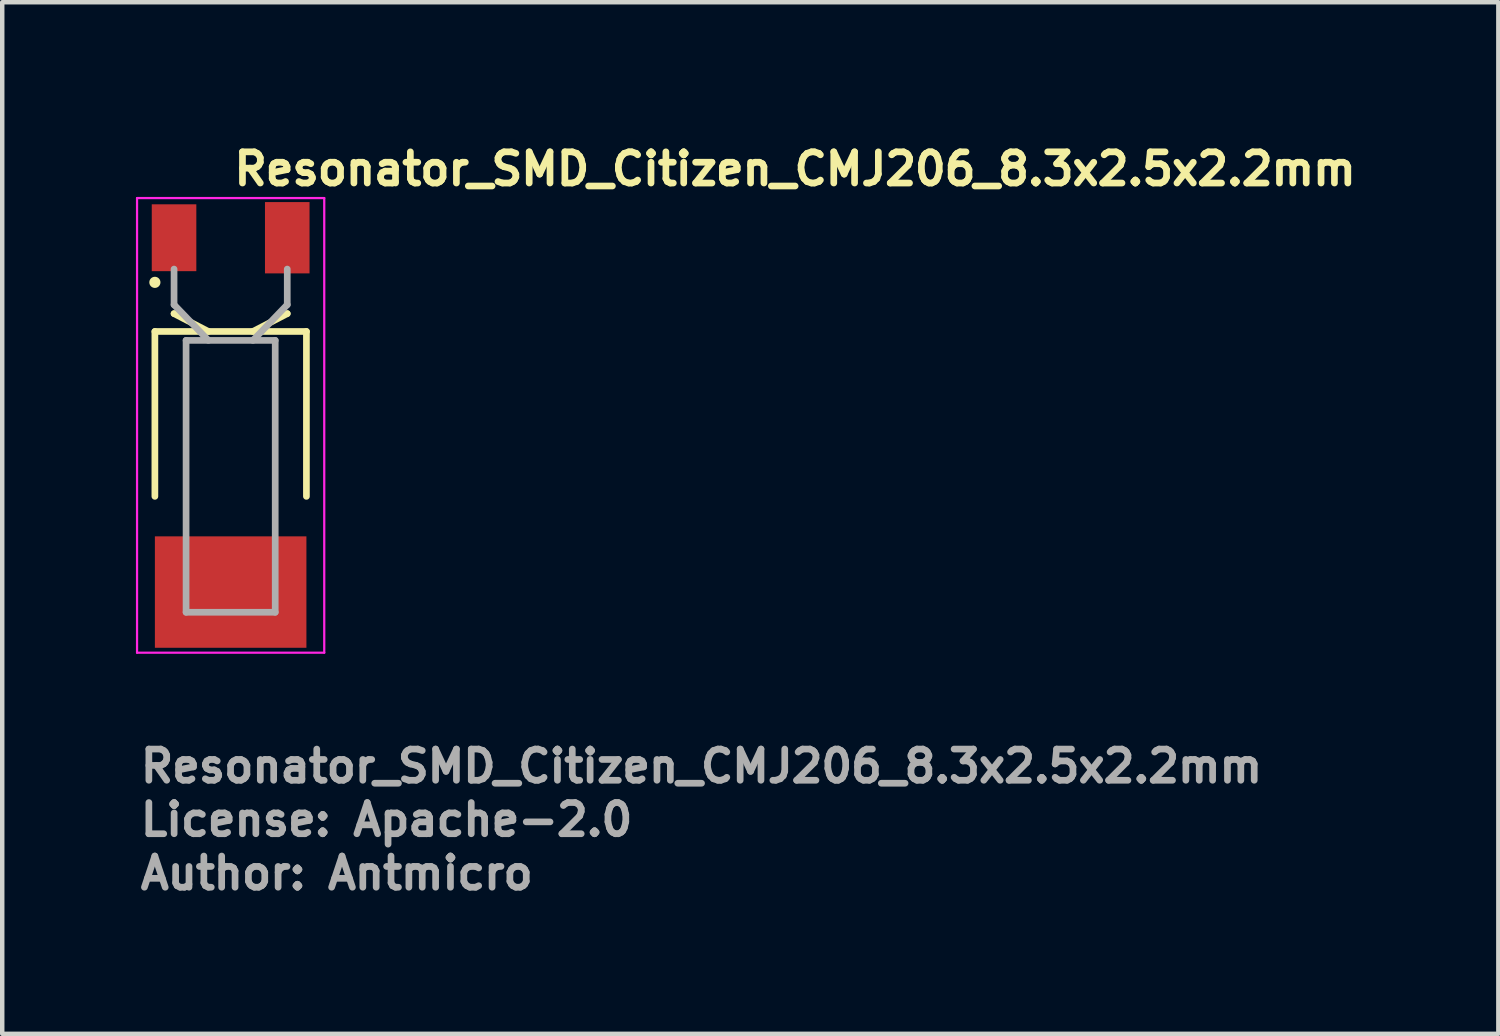
<source format=kicad_pcb>
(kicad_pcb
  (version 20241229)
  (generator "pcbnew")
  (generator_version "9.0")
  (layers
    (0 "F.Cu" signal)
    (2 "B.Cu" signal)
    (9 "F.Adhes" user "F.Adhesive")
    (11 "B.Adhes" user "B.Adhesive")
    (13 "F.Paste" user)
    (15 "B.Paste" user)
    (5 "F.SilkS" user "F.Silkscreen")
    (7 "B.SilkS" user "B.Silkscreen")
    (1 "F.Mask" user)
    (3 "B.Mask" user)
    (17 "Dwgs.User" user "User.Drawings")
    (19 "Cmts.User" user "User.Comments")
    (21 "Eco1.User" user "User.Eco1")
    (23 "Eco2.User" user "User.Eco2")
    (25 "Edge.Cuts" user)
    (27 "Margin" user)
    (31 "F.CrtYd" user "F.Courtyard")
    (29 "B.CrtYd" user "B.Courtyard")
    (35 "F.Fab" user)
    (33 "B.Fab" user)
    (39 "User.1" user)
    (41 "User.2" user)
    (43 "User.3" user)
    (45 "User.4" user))
  (footprint "Resonator_SMD_Citizen_CMJ206_8.3x2.5x2.2mm"
    (layer "F.Cu")
    (at 2.125 6.444)
    (property "Reference" "Resonator_SMD_Citizen_CMJ206_8.3x2.5x2.2mm" (at 0 -5.294 180) (layer "F.SilkS") (effects (font (size 0.7 0.7) (thickness 0.15)) (justify left bottom)))
    (attr smd)
    (fp_line (start -1.7 -2.057) (end 1.7 -2.057) (stroke (width 0.15) (type solid)) (layer "F.SilkS"))
    (fp_line (start -1.7 1.643) (end -1.7 -2.057) (stroke (width 0.15) (type solid)) (layer "F.SilkS"))
    (fp_line (start -1.27 -2.457) (end -1.27 -2.457) (stroke (width 0.15) (type solid)) (layer "F.SilkS"))
    (fp_line (start -0.5 -2.057) (end -1.27 -2.457) (stroke (width 0.15) (type solid)) (layer "F.SilkS"))
    (fp_line (start 0.5 -2.057) (end 1.27 -2.457) (stroke (width 0.15) (type solid)) (layer "F.SilkS"))
    (fp_line (start 1.27 -2.457) (end 1.27 -2.457) (stroke (width 0.15) (type solid)) (layer "F.SilkS"))
    (fp_line (start 1.7 -2.057) (end 1.7 1.643) (stroke (width 0.15) (type solid)) (layer "F.SilkS"))
    (fp_circle (center -1.7 -3.159) (end -1.65 -3.159) (stroke (width 0.15) (type solid)) (fill yes) (layer "F.SilkS"))
    (fp_line (start -2.1 -5.05) (end -2.1 5.15) (stroke (width 0.05) (type solid)) (layer "F.CrtYd"))
    (fp_line (start -2.1 5.15) (end 2.1 5.15) (stroke (width 0.05) (type solid)) (layer "F.CrtYd"))
    (fp_line (start 2.1 -5.05) (end -2.1 -5.05) (stroke (width 0.05) (type solid)) (layer "F.CrtYd"))
    (fp_line (start 2.1 5.15) (end 2.1 -5.05) (stroke (width 0.05) (type solid)) (layer "F.CrtYd"))
    (fp_line (start -1.27 -2.657) (end -1.27 -3.457) (stroke (width 0.15) (type solid)) (layer "F.Fab"))
    (fp_line (start -1 -1.857) (end -1 4.243) (stroke (width 0.15) (type solid)) (layer "F.Fab"))
    (fp_line (start -1 4.243) (end 1 4.243) (stroke (width 0.15) (type solid)) (layer "F.Fab"))
    (fp_line (start -0.5 -1.857) (end -1.27 -2.657) (stroke (width 0.15) (type solid)) (layer "F.Fab"))
    (fp_line (start 0.5 -1.857) (end 1.27 -2.657) (stroke (width 0.15) (type solid)) (layer "F.Fab"))
    (fp_line (start 1 -1.857) (end -1 -1.857) (stroke (width 0.15) (type solid)) (layer "F.Fab"))
    (fp_line (start 1 4.243) (end 1 -1.857) (stroke (width 0.15) (type solid)) (layer "F.Fab"))
    (fp_line (start 1.27 -2.657) (end 1.27 -3.457) (stroke (width 0.15) (type solid)) (layer "F.Fab"))
    (fp_rect (start 1.38 -4.006) (end -1.38 4.006) (stroke (width 0.1) (type solid)) (fill no) (layer "User.5"))
    (fp_line (start -1.38 -4.006) (end -1.38 -4.006) (stroke (width 0.02) (type solid)) (layer "User.9"))
    (fp_line (start -1.38 -4.006) (end -1.38 -3.309) (stroke (width 0.02) (type solid)) (layer "User.9"))
    (fp_line (start -1.38 -3.309) (end -1.379 -3.273) (stroke (width 0.02) (type solid)) (layer "User.9"))
    (fp_line (start -1.379 -3.273) (end -1.377 -3.237) (stroke (width 0.02) (type solid)) (layer "User.9"))
    (fp_line (start -1.377 -3.237) (end -1.373 -3.202) (stroke (width 0.02) (type solid)) (layer "User.9"))
    (fp_line (start -1.373 -3.202) (end -1.368 -3.167) (stroke (width 0.02) (type solid)) (layer "User.9"))
    (fp_line (start -1.368 -3.167) (end -1.362 -3.134) (stroke (width 0.02) (type solid)) (layer "User.9"))
    (fp_line (start -1.362 -3.134) (end -1.359 -3.117) (stroke (width 0.02) (type solid)) (layer "User.9"))
    (fp_line (start -1.359 -3.117) (end -1.355 -3.101) (stroke (width 0.02) (type solid)) (layer "User.9"))
    (fp_line (start -1.355 -3.101) (end -1.35 -3.086) (stroke (width 0.02) (type solid)) (layer "User.9"))
    (fp_line (start -1.35 -3.086) (end -1.346 -3.07) (stroke (width 0.02) (type solid)) (layer "User.9"))
    (fp_line (start -1.346 -3.07) (end -1.341 -3.055) (stroke (width 0.02) (type solid)) (layer "User.9"))
    (fp_line (start -1.341 -3.055) (end -1.335 -3.041) (stroke (width 0.02) (type solid)) (layer "User.9"))
    (fp_line (start -1.335 -3.041) (end -1.335 -3.041) (stroke (width 0.02) (type solid)) (layer "User.9"))
    (fp_line (start -1.335 -3.041) (end -1.33 -3.028) (stroke (width 0.02) (type solid)) (layer "User.9"))
    (fp_line (start -1.33 -3.028) (end -1.325 -3.016) (stroke (width 0.02) (type solid)) (layer "User.9"))
    (fp_line (start -1.325 -3.016) (end -1.319 -3.004) (stroke (width 0.02) (type solid)) (layer "User.9"))
    (fp_line (start -1.319 -3.004) (end -1.313 -2.993) (stroke (width 0.02) (type solid)) (layer "User.9"))
    (fp_line (start -1.313 -2.993) (end -1.307 -2.982) (stroke (width 0.02) (type solid)) (layer "User.9"))
    (fp_line (start -1.307 -2.982) (end -1.301 -2.971) (stroke (width 0.02) (type solid)) (layer "User.9"))
    (fp_line (start -1.301 -2.971) (end -1.295 -2.961) (stroke (width 0.02) (type solid)) (layer "User.9"))
    (fp_line (start -1.295 -2.961) (end -1.289 -2.951) (stroke (width 0.02) (type solid)) (layer "User.9"))
    (fp_line (start -1.289 -2.951) (end -1.283 -2.941) (stroke (width 0.02) (type solid)) (layer "User.9"))
    (fp_line (start -1.283 -2.941) (end -1.276 -2.932) (stroke (width 0.02) (type solid)) (layer "User.9"))
    (fp_line (start -1.276 -2.932) (end -1.27 -2.923) (stroke (width 0.02) (type solid)) (layer "User.9"))
    (fp_line (start -1.27 -2.923) (end -1.263 -2.914) (stroke (width 0.02) (type solid)) (layer "User.9"))
    (fp_line (start -1.269 -4.006) (end -1.38 -4.006) (stroke (width 0.02) (type solid)) (layer "User.9"))
    (fp_line (start -1.269 -4.006) (end -1.269 -4.006) (stroke (width 0.02) (type solid)) (layer "User.9"))
    (fp_line (start -1.263 -2.914) (end -1.256 -2.906) (stroke (width 0.02) (type solid)) (layer "User.9"))
    (fp_line (start -1.256 -2.906) (end -1.249 -2.899) (stroke (width 0.02) (type solid)) (layer "User.9"))
    (fp_line (start -1.249 -2.899) (end -1.242 -2.891) (stroke (width 0.02) (type solid)) (layer "User.9"))
    (fp_line (start -1.242 -2.891) (end -1.235 -2.884) (stroke (width 0.02) (type solid)) (layer "User.9"))
    (fp_line (start -1.235 -2.884) (end -1.235 -2.884) (stroke (width 0.02) (type solid)) (layer "User.9"))
    (fp_line (start -1.235 -2.884) (end -1.224 -2.874) (stroke (width 0.02) (type solid)) (layer "User.9"))
    (fp_line (start -1.224 -2.874) (end -1.212 -2.864) (stroke (width 0.02) (type solid)) (layer "User.9"))
    (fp_line (start -1.212 -2.864) (end -1.201 -2.854) (stroke (width 0.02) (type solid)) (layer "User.9"))
    (fp_line (start -1.201 -2.854) (end -1.189 -2.845) (stroke (width 0.02) (type solid)) (layer "User.9"))
    (fp_line (start -1.189 -2.845) (end -1.177 -2.836) (stroke (width 0.02) (type solid)) (layer "User.9"))
    (fp_line (start -1.177 -2.836) (end -1.165 -2.828) (stroke (width 0.02) (type solid)) (layer "User.9"))
    (fp_line (start -1.165 -2.828) (end -1.153 -2.82) (stroke (width 0.02) (type solid)) (layer "User.9"))
    (fp_line (start -1.16 -4.006) (end -1.269 -4.006) (stroke (width 0.02) (type solid)) (layer "User.9"))
    (fp_line (start -1.16 -4.006) (end -1.16 -3.311) (stroke (width 0.02) (type solid)) (layer "User.9"))
    (fp_line (start -1.16 -3.311) (end -1.38 -3.309) (stroke (width 0.02) (type solid)) (layer "User.9"))
    (fp_line (start -1.16 -3.311) (end -1.16 -3.295) (stroke (width 0.02) (type solid)) (layer "User.9"))
    (fp_line (start -1.16 -3.295) (end -1.159 -3.279) (stroke (width 0.02) (type solid)) (layer "User.9"))
    (fp_line (start -1.159 -3.279) (end -1.158 -3.263) (stroke (width 0.02) (type solid)) (layer "User.9"))
    (fp_line (start -1.158 -3.263) (end -1.157 -3.248) (stroke (width 0.02) (type solid)) (layer "User.9"))
    (fp_line (start -1.157 -3.248) (end -1.155 -3.232) (stroke (width 0.02) (type solid)) (layer "User.9"))
    (fp_line (start -1.155 -3.232) (end -1.153 -3.217) (stroke (width 0.02) (type solid)) (layer "User.9"))
    (fp_line (start -1.153 -3.217) (end -1.149 -3.188) (stroke (width 0.02) (type solid)) (layer "User.9"))
    (fp_line (start -1.153 -2.82) (end -1.14 -2.813) (stroke (width 0.02) (type solid)) (layer "User.9"))
    (fp_line (start -1.149 -3.188) (end -1.146 -3.175) (stroke (width 0.02) (type solid)) (layer "User.9"))
    (fp_line (start -1.146 -3.175) (end -1.143 -3.162) (stroke (width 0.02) (type solid)) (layer "User.9"))
    (fp_line (start -1.143 -3.162) (end -1.14 -3.149) (stroke (width 0.02) (type solid)) (layer "User.9"))
    (fp_line (start -1.14 -3.149) (end -1.136 -3.138) (stroke (width 0.02) (type solid)) (layer "User.9"))
    (fp_line (start -1.14 -2.813) (end -1.128 -2.806) (stroke (width 0.02) (type solid)) (layer "User.9"))
    (fp_line (start -1.136 -3.138) (end -1.133 -3.127) (stroke (width 0.02) (type solid)) (layer "User.9"))
    (fp_line (start -1.133 -3.127) (end -1.129 -3.117) (stroke (width 0.02) (type solid)) (layer "User.9"))
    (fp_line (start -1.129 -3.117) (end -1.125 -3.108) (stroke (width 0.02) (type solid)) (layer "User.9"))
    (fp_line (start -1.128 -2.806) (end -1.114 -2.799) (stroke (width 0.02) (type solid)) (layer "User.9"))
    (fp_line (start -1.125 -3.108) (end -1.122 -3.1) (stroke (width 0.02) (type solid)) (layer "User.9"))
    (fp_line (start -1.122 -3.1) (end -1.122 -3.1) (stroke (width 0.02) (type solid)) (layer "User.9"))
    (fp_line (start -1.122 -3.1) (end -1.115 -3.088) (stroke (width 0.02) (type solid)) (layer "User.9"))
    (fp_line (start -1.115 -3.088) (end -1.112 -3.083) (stroke (width 0.02) (type solid)) (layer "User.9"))
    (fp_line (start -1.114 -2.799) (end -1.101 -2.793) (stroke (width 0.02) (type solid)) (layer "User.9"))
    (fp_line (start -1.112 -3.083) (end -1.109 -3.077) (stroke (width 0.02) (type solid)) (layer "User.9"))
    (fp_line (start -1.109 -3.077) (end -1.105 -3.072) (stroke (width 0.02) (type solid)) (layer "User.9"))
    (fp_line (start -1.105 -3.072) (end -1.102 -3.067) (stroke (width 0.02) (type solid)) (layer "User.9"))
    (fp_line (start -1.102 -3.067) (end -1.099 -3.062) (stroke (width 0.02) (type solid)) (layer "User.9"))
    (fp_line (start -1.101 -2.793) (end -1.087 -2.787) (stroke (width 0.02) (type solid)) (layer "User.9"))
    (fp_line (start -1.099 -3.062) (end -1.096 -3.058) (stroke (width 0.02) (type solid)) (layer "User.9"))
    (fp_line (start -1.096 -3.058) (end -1.092 -3.054) (stroke (width 0.02) (type solid)) (layer "User.9"))
    (fp_line (start -1.092 -3.054) (end -1.089 -3.05) (stroke (width 0.02) (type solid)) (layer "User.9"))
    (fp_line (start -1.089 -3.05) (end -1.086 -3.046) (stroke (width 0.02) (type solid)) (layer "User.9"))
    (fp_line (start -1.087 -2.787) (end -1.073 -2.781) (stroke (width 0.02) (type solid)) (layer "User.9"))
    (fp_line (start -1.086 -3.046) (end -1.083 -3.042) (stroke (width 0.02) (type solid)) (layer "User.9"))
    (fp_line (start -1.083 -3.042) (end -1.08 -3.039) (stroke (width 0.02) (type solid)) (layer "User.9"))
    (fp_line (start -1.08 -3.039) (end -1.076 -3.036) (stroke (width 0.02) (type solid)) (layer "User.9"))
    (fp_line (start -1.076 -3.036) (end -1.073 -3.033) (stroke (width 0.02) (type solid)) (layer "User.9"))
    (fp_line (start -1.073 -3.033) (end -1.07 -3.031) (stroke (width 0.02) (type solid)) (layer "User.9"))
    (fp_line (start -1.073 -2.781) (end -1.058 -2.775) (stroke (width 0.02) (type solid)) (layer "User.9"))
    (fp_line (start -1.07 -3.031) (end -1.07 -3.031) (stroke (width 0.02) (type solid)) (layer "User.9"))
    (fp_line (start -1.07 -3.031) (end -1.066 -3.027) (stroke (width 0.02) (type solid)) (layer "User.9"))
    (fp_line (start -1.066 -3.027) (end -1.061 -3.023) (stroke (width 0.02) (type solid)) (layer "User.9"))
    (fp_line (start -1.061 -3.023) (end -1.056 -3.019) (stroke (width 0.02) (type solid)) (layer "User.9"))
    (fp_line (start -1.058 -2.775) (end -1.043 -2.77) (stroke (width 0.02) (type solid)) (layer "User.9"))
    (fp_line (start -1.056 -3.019) (end -1.051 -3.016) (stroke (width 0.02) (type solid)) (layer "User.9"))
    (fp_line (start -1.051 -3.016) (end -1.045 -3.012) (stroke (width 0.02) (type solid)) (layer "User.9"))
    (fp_line (start -1.045 -3.012) (end -1.039 -3.009) (stroke (width 0.02) (type solid)) (layer "User.9"))
    (fp_line (start -1.043 -2.77) (end -1.027 -2.765) (stroke (width 0.02) (type solid)) (layer "User.9"))
    (fp_line (start -1.039 -3.009) (end -1.033 -3.005) (stroke (width 0.02) (type solid)) (layer "User.9"))
    (fp_line (start -1.033 -3.005) (end -1.027 -3.001) (stroke (width 0.02) (type solid)) (layer "User.9"))
    (fp_line (start -1.027 -3.001) (end -1.02 -2.998) (stroke (width 0.02) (type solid)) (layer "User.9"))
    (fp_line (start -1.027 -2.765) (end -1.027 -2.765) (stroke (width 0.02) (type solid)) (layer "User.9"))
    (fp_line (start -1.027 -2.765) (end -1.014 -2.761) (stroke (width 0.02) (type solid)) (layer "User.9"))
    (fp_line (start -1.02 -2.998) (end -1.012 -2.995) (stroke (width 0.02) (type solid)) (layer "User.9"))
    (fp_line (start -1.014 -2.761) (end -1 -2.757) (stroke (width 0.02) (type solid)) (layer "User.9"))
    (fp_line (start -1.012 -2.995) (end -1.005 -2.991) (stroke (width 0.02) (type solid)) (layer "User.9"))
    (fp_line (start -1.005 -2.991) (end -0.997 -2.988) (stroke (width 0.02) (type solid)) (layer "User.9"))
    (fp_line (start -1 -2.757) (end -0.986 -2.754) (stroke (width 0.02) (type solid)) (layer "User.9"))
    (fp_line (start -1 -1.982) (end -1 -1.082) (stroke (width 0.02) (type solid)) (layer "User.9"))
    (fp_line (start -1 -1.082) (end -0.994 -1.082) (stroke (width 0.02) (type solid)) (layer "User.9"))
    (fp_line (start -1 -0.737) (end -1 -1.082) (stroke (width 0.02) (type solid)) (layer "User.9"))
    (fp_line (start -1 -0.737) (end -1 3.604) (stroke (width 0.02) (type solid)) (layer "User.9"))
    (fp_line (start -1 3.604) (end -0.922 3.658) (stroke (width 0.02) (type solid)) (layer "User.9"))
    (fp_line (start -1 3.919) (end -1 3.604) (stroke (width 0.02) (type solid)) (layer "User.9"))
    (fp_line (start -1 3.919) (end -1 3.919) (stroke (width 0.02) (type solid)) (layer "User.9"))
    (fp_line (start -1 4.018) (end -1 3.919) (stroke (width 0.02) (type solid)) (layer "User.9"))
    (fp_line (start -1 4.018) (end -1 4.018) (stroke (width 0.02) (type solid)) (layer "User.9"))
    (fp_line (start -1 4.018) (end -1 4.018) (stroke (width 0.02) (type solid)) (layer "User.9"))
    (fp_line (start -0.997 -2.988) (end -0.988 -2.985) (stroke (width 0.02) (type solid)) (layer "User.9"))
    (fp_line (start -0.994 -1.082) (end -0.994 -1.082) (stroke (width 0.02) (type solid)) (layer "User.9"))
    (fp_line (start -0.994 -1.082) (end -0.975 -1.082) (stroke (width 0.02) (type solid)) (layer "User.9"))
    (fp_line (start -0.994 4.018) (end -1 4.018) (stroke (width 0.02) (type solid)) (layer "User.9"))
    (fp_line (start -0.994 4.018) (end -0.994 4.018) (stroke (width 0.02) (type solid)) (layer "User.9"))
    (fp_line (start -0.988 -2.985) (end -0.98 -2.981) (stroke (width 0.02) (type solid)) (layer "User.9"))
    (fp_line (start -0.986 -2.754) (end -0.971 -2.75) (stroke (width 0.02) (type solid)) (layer "User.9"))
    (fp_line (start -0.98 -2.981) (end -0.971 -2.978) (stroke (width 0.02) (type solid)) (layer "User.9"))
    (fp_line (start -0.975 -1.982) (end -1 -1.982) (stroke (width 0.02) (type solid)) (layer "User.9"))
    (fp_line (start -0.975 -1.982) (end -0.975 -1.982) (stroke (width 0.02) (type solid)) (layer "User.9"))
    (fp_line (start -0.975 -1.082) (end -0.975 -1.082) (stroke (width 0.02) (type solid)) (layer "User.9"))
    (fp_line (start -0.975 -1.082) (end -0.944 -1.082) (stroke (width 0.02) (type solid)) (layer "User.9"))
    (fp_line (start -0.975 4.018) (end -0.994 4.018) (stroke (width 0.02) (type solid)) (layer "User.9"))
    (fp_line (start -0.975 4.018) (end -0.975 4.018) (stroke (width 0.02) (type solid)) (layer "User.9"))
    (fp_line (start -0.971 -2.978) (end -0.961 -2.975) (stroke (width 0.02) (type solid)) (layer "User.9"))
    (fp_line (start -0.971 -2.75) (end -0.957 -2.747) (stroke (width 0.02) (type solid)) (layer "User.9"))
    (fp_line (start -0.961 -2.975) (end -0.961 -2.975) (stroke (width 0.02) (type solid)) (layer "User.9"))
    (fp_line (start -0.961 -2.975) (end -0.951 -2.971) (stroke (width 0.02) (type solid)) (layer "User.9"))
    (fp_line (start -0.957 -2.747) (end -0.942 -2.743) (stroke (width 0.02) (type solid)) (layer "User.9"))
    (fp_line (start -0.951 -2.971) (end -0.939 -2.968) (stroke (width 0.02) (type solid)) (layer "User.9"))
    (fp_line (start -0.945 -2.082) (end -0.945 -1.982) (stroke (width 0.02) (type solid)) (layer "User.9"))
    (fp_line (start -0.945 -2.082) (end -0.921 -2.082) (stroke (width 0.02) (type solid)) (layer "User.9"))
    (fp_line (start -0.944 -1.082) (end -0.944 -1.082) (stroke (width 0.02) (type solid)) (layer "User.9"))
    (fp_line (start -0.944 -1.082) (end -0.901 -1.082) (stroke (width 0.02) (type solid)) (layer "User.9"))
    (fp_line (start -0.944 4.018) (end -0.975 4.018) (stroke (width 0.02) (type solid)) (layer "User.9"))
    (fp_line (start -0.944 4.018) (end -0.944 4.018) (stroke (width 0.02) (type solid)) (layer "User.9"))
    (fp_line (start -0.942 -2.743) (end -0.927 -2.74) (stroke (width 0.02) (type solid)) (layer "User.9"))
    (fp_line (start -0.939 -2.968) (end -0.928 -2.965) (stroke (width 0.02) (type solid)) (layer "User.9"))
    (fp_line (start -0.928 -2.965) (end -0.915 -2.962) (stroke (width 0.02) (type solid)) (layer "User.9"))
    (fp_line (start -0.927 -2.74) (end -0.911 -2.737) (stroke (width 0.02) (type solid)) (layer "User.9"))
    (fp_line (start -0.923 -0.781) (end -1 -0.737) (stroke (width 0.02) (type solid)) (layer "User.9"))
    (fp_line (start -0.922 3.658) (end -0.847 3.707) (stroke (width 0.02) (type solid)) (layer "User.9"))
    (fp_line (start -0.921 -2.082) (end -0.921 -2.082) (stroke (width 0.02) (type solid)) (layer "User.9"))
    (fp_line (start -0.921 -2.082) (end -0.851 -2.082) (stroke (width 0.02) (type solid)) (layer "User.9"))
    (fp_line (start -0.915 -2.962) (end -0.903 -2.959) (stroke (width 0.02) (type solid)) (layer "User.9"))
    (fp_line (start -0.911 -2.737) (end -0.911 -2.737) (stroke (width 0.02) (type solid)) (layer "User.9"))
    (fp_line (start -0.911 -2.737) (end -0.815 -2.72) (stroke (width 0.02) (type solid)) (layer "User.9"))
    (fp_line (start -0.903 -2.959) (end -0.89 -2.956) (stroke (width 0.02) (type solid)) (layer "User.9"))
    (fp_line (start -0.901 -1.982) (end -0.975 -1.982) (stroke (width 0.02) (type solid)) (layer "User.9"))
    (fp_line (start -0.901 -1.982) (end -0.901 -1.982) (stroke (width 0.02) (type solid)) (layer "User.9"))
    (fp_line (start -0.901 -1.082) (end -0.901 -1.082) (stroke (width 0.02) (type solid)) (layer "User.9"))
    (fp_line (start -0.901 -1.082) (end -0.847 -1.082) (stroke (width 0.02) (type solid)) (layer "User.9"))
    (fp_line (start -0.901 4.018) (end -0.944 4.018) (stroke (width 0.02) (type solid)) (layer "User.9"))
    (fp_line (start -0.901 4.018) (end -0.901 4.018) (stroke (width 0.02) (type solid)) (layer "User.9"))
    (fp_line (start -0.89 -2.956) (end -0.877 -2.954) (stroke (width 0.02) (type solid)) (layer "User.9"))
    (fp_line (start -0.877 -2.954) (end -0.863 -2.951) (stroke (width 0.02) (type solid)) (layer "User.9"))
    (fp_line (start -0.863 -2.951) (end -0.863 -2.951) (stroke (width 0.02) (type solid)) (layer "User.9"))
    (fp_line (start -0.863 -2.951) (end -0.805 -2.941) (stroke (width 0.02) (type solid)) (layer "User.9"))
    (fp_line (start -0.851 -2.082) (end -0.851 -2.082) (stroke (width 0.02) (type solid)) (layer "User.9"))
    (fp_line (start -0.851 -2.082) (end -0.739 -2.082) (stroke (width 0.02) (type solid)) (layer "User.9"))
    (fp_line (start -0.85 -0.821) (end -0.923 -0.781) (stroke (width 0.02) (type solid)) (layer "User.9"))
    (fp_line (start -0.847 -1.082) (end -0.847 -1.082) (stroke (width 0.02) (type solid)) (layer "User.9"))
    (fp_line (start -0.847 -1.082) (end -0.782 -1.082) (stroke (width 0.02) (type solid)) (layer "User.9"))
    (fp_line (start -0.847 3.707) (end -0.776 3.752) (stroke (width 0.02) (type solid)) (layer "User.9"))
    (fp_line (start -0.847 4.018) (end -0.901 4.018) (stroke (width 0.02) (type solid)) (layer "User.9"))
    (fp_line (start -0.847 4.018) (end -0.847 4.018) (stroke (width 0.02) (type solid)) (layer "User.9"))
    (fp_line (start -0.815 -2.72) (end -0.723 -2.702) (stroke (width 0.02) (type solid)) (layer "User.9"))
    (fp_line (start -0.805 -2.941) (end -0.745 -2.931) (stroke (width 0.02) (type solid)) (layer "User.9"))
    (fp_line (start -0.782 -1.982) (end -0.901 -1.982) (stroke (width 0.02) (type solid)) (layer "User.9"))
    (fp_line (start -0.782 -1.982) (end -0.782 -1.982) (stroke (width 0.02) (type solid)) (layer "User.9"))
    (fp_line (start -0.782 -1.082) (end -0.782 -1.082) (stroke (width 0.02) (type solid)) (layer "User.9"))
    (fp_line (start -0.782 -1.082) (end -0.707 -1.082) (stroke (width 0.02) (type solid)) (layer "User.9"))
    (fp_line (start -0.782 4.018) (end -0.847 4.018) (stroke (width 0.02) (type solid)) (layer "User.9"))
    (fp_line (start -0.782 4.018) (end -0.782 4.018) (stroke (width 0.02) (type solid)) (layer "User.9"))
    (fp_line (start -0.779 -0.859) (end -0.85 -0.821) (stroke (width 0.02) (type solid)) (layer "User.9"))
    (fp_line (start -0.776 3.752) (end -0.708 3.793) (stroke (width 0.02) (type solid)) (layer "User.9"))
    (fp_line (start -0.745 -2.931) (end -0.745 -2.931) (stroke (width 0.02) (type solid)) (layer "User.9"))
    (fp_line (start -0.745 -2.931) (end -0.705 -2.925) (stroke (width 0.02) (type solid)) (layer "User.9"))
    (fp_line (start -0.739 -2.082) (end -0.739 -2.082) (stroke (width 0.02) (type solid)) (layer "User.9"))
    (fp_line (start -0.739 -2.082) (end -0.589 -2.082) (stroke (width 0.02) (type solid)) (layer "User.9"))
    (fp_line (start -0.723 -2.702) (end -0.723 -2.702) (stroke (width 0.02) (type solid)) (layer "User.9"))
    (fp_line (start -0.723 -2.702) (end -0.696 -2.696) (stroke (width 0.02) (type solid)) (layer "User.9"))
    (fp_line (start -0.711 -0.893) (end -0.779 -0.859) (stroke (width 0.02) (type solid)) (layer "User.9"))
    (fp_line (start -0.708 3.793) (end -0.642 3.83) (stroke (width 0.02) (type solid)) (layer "User.9"))
    (fp_line (start -0.707 -1.082) (end -0.707 -1.082) (stroke (width 0.02) (type solid)) (layer "User.9"))
    (fp_line (start -0.707 -1.082) (end -0.623 -1.082) (stroke (width 0.02) (type solid)) (layer "User.9"))
    (fp_line (start -0.707 4.018) (end -0.782 4.018) (stroke (width 0.02) (type solid)) (layer "User.9"))
    (fp_line (start -0.707 4.018) (end -0.707 4.018) (stroke (width 0.02) (type solid)) (layer "User.9"))
    (fp_line (start -0.705 -2.925) (end -0.666 -2.917) (stroke (width 0.02) (type solid)) (layer "User.9"))
    (fp_line (start -0.696 -2.696) (end -0.672 -2.69) (stroke (width 0.02) (type solid)) (layer "User.9"))
    (fp_line (start -0.672 -2.69) (end -0.65 -2.684) (stroke (width 0.02) (type solid)) (layer "User.9"))
    (fp_line (start -0.666 -2.917) (end -0.629 -2.908) (stroke (width 0.02) (type solid)) (layer "User.9"))
    (fp_line (start -0.65 -2.684) (end -0.631 -2.678) (stroke (width 0.02) (type solid)) (layer "User.9"))
    (fp_line (start -0.645 -0.924) (end -0.711 -0.893) (stroke (width 0.02) (type solid)) (layer "User.9"))
    (fp_line (start -0.642 3.83) (end -0.578 3.863) (stroke (width 0.02) (type solid)) (layer "User.9"))
    (fp_line (start -0.631 -2.678) (end -0.613 -2.672) (stroke (width 0.02) (type solid)) (layer "User.9"))
    (fp_line (start -0.629 -2.908) (end -0.611 -2.903) (stroke (width 0.02) (type solid)) (layer "User.9"))
    (fp_line (start -0.623 -1.982) (end -0.782 -1.982) (stroke (width 0.02) (type solid)) (layer "User.9"))
    (fp_line (start -0.623 -1.982) (end -0.623 -1.982) (stroke (width 0.02) (type solid)) (layer "User.9"))
    (fp_line (start -0.623 -1.082) (end -0.623 -1.082) (stroke (width 0.02) (type solid)) (layer "User.9"))
    (fp_line (start -0.623 -1.082) (end -0.434 -1.082) (stroke (width 0.02) (type solid)) (layer "User.9"))
    (fp_line (start -0.613 -2.672) (end -0.598 -2.665) (stroke (width 0.02) (type solid)) (layer "User.9"))
    (fp_line (start -0.611 -2.903) (end -0.593 -2.897) (stroke (width 0.02) (type solid)) (layer "User.9"))
    (fp_line (start -0.598 -2.665) (end -0.591 -2.662) (stroke (width 0.02) (type solid)) (layer "User.9"))
    (fp_line (start -0.593 -2.897) (end -0.576 -2.892) (stroke (width 0.02) (type solid)) (layer "User.9"))
    (fp_line (start -0.591 -2.662) (end -0.585 -2.659) (stroke (width 0.02) (type solid)) (layer "User.9"))
    (fp_line (start -0.589 -2.082) (end -0.589 -2.082) (stroke (width 0.02) (type solid)) (layer "User.9"))
    (fp_line (start -0.589 -2.082) (end -0.41 -2.082) (stroke (width 0.02) (type solid)) (layer "User.9"))
    (fp_line (start -0.585 -2.659) (end -0.579 -2.656) (stroke (width 0.02) (type solid)) (layer "User.9"))
    (fp_line (start -0.581 -0.952) (end -0.645 -0.924) (stroke (width 0.02) (type solid)) (layer "User.9"))
    (fp_line (start -0.579 -2.656) (end -0.573 -2.652) (stroke (width 0.02) (type solid)) (layer "User.9"))
    (fp_line (start -0.578 3.863) (end -0.516 3.893) (stroke (width 0.02) (type solid)) (layer "User.9"))
    (fp_line (start -0.576 -2.892) (end -0.559 -2.886) (stroke (width 0.02) (type solid)) (layer "User.9"))
    (fp_line (start -0.573 -2.652) (end -0.573 -2.652) (stroke (width 0.02) (type solid)) (layer "User.9"))
    (fp_line (start -0.573 -2.652) (end -0.571 -2.651) (stroke (width 0.02) (type solid)) (layer "User.9"))
    (fp_line (start -0.571 -2.651) (end -0.568 -2.649) (stroke (width 0.02) (type solid)) (layer "User.9"))
    (fp_line (start -0.568 -2.649) (end -0.565 -2.647) (stroke (width 0.02) (type solid)) (layer "User.9"))
    (fp_line (start -0.565 -2.647) (end -0.562 -2.645) (stroke (width 0.02) (type solid)) (layer "User.9"))
    (fp_line (start -0.562 -2.645) (end -0.559 -2.643) (stroke (width 0.02) (type solid)) (layer "User.9"))
    (fp_line (start -0.559 -2.886) (end -0.543 -2.879) (stroke (width 0.02) (type solid)) (layer "User.9"))
    (fp_line (start -0.559 -2.643) (end -0.556 -2.641) (stroke (width 0.02) (type solid)) (layer "User.9"))
    (fp_line (start -0.556 -2.641) (end -0.553 -2.639) (stroke (width 0.02) (type solid)) (layer "User.9"))
    (fp_line (start -0.553 -2.639) (end -0.55 -2.636) (stroke (width 0.02) (type solid)) (layer "User.9"))
    (fp_line (start -0.55 -2.636) (end -0.547 -2.634) (stroke (width 0.02) (type solid)) (layer "User.9"))
    (fp_line (start -0.547 -2.634) (end -0.545 -2.632) (stroke (width 0.02) (type solid)) (layer "User.9"))
    (fp_line (start -0.545 -2.632) (end -0.539 -2.627) (stroke (width 0.02) (type solid)) (layer "User.9"))
    (fp_line (start -0.543 -2.879) (end -0.527 -2.873) (stroke (width 0.02) (type solid)) (layer "User.9"))
    (fp_line (start -0.539 -2.627) (end -0.533 -2.621) (stroke (width 0.02) (type solid)) (layer "User.9"))
    (fp_line (start -0.533 -2.621) (end -0.528 -2.615) (stroke (width 0.02) (type solid)) (layer "User.9"))
    (fp_line (start -0.532 4.018) (end -0.707 4.018) (stroke (width 0.02) (type solid)) (layer "User.9"))
    (fp_line (start -0.532 4.018) (end -0.532 4.018) (stroke (width 0.02) (type solid)) (layer "User.9"))
    (fp_line (start -0.528 -2.615) (end -0.528 -2.615) (stroke (width 0.02) (type solid)) (layer "User.9"))
    (fp_line (start -0.528 -2.615) (end -0.522 -2.609) (stroke (width 0.02) (type solid)) (layer "User.9"))
    (fp_line (start -0.527 -2.873) (end -0.511 -2.866) (stroke (width 0.02) (type solid)) (layer "User.9"))
    (fp_line (start -0.522 -2.609) (end -0.52 -2.606) (stroke (width 0.02) (type solid)) (layer "User.9"))
    (fp_line (start -0.52 -2.606) (end -0.517 -2.603) (stroke (width 0.02) (type solid)) (layer "User.9"))
    (fp_line (start -0.519 -0.977) (end -0.581 -0.952) (stroke (width 0.02) (type solid)) (layer "User.9"))
    (fp_line (start -0.517 -2.603) (end -0.514 -2.6) (stroke (width 0.02) (type solid)) (layer "User.9"))
    (fp_line (start -0.516 3.893) (end -0.456 3.919) (stroke (width 0.02) (type solid)) (layer "User.9"))
    (fp_line (start -0.514 -2.6) (end -0.512 -2.597) (stroke (width 0.02) (type solid)) (layer "User.9"))
    (fp_line (start -0.512 -2.597) (end -0.509 -2.593) (stroke (width 0.02) (type solid)) (layer "User.9"))
    (fp_line (start -0.511 -2.866) (end -0.495 -2.858) (stroke (width 0.02) (type solid)) (layer "User.9"))
    (fp_line (start -0.509 -2.593) (end -0.507 -2.589) (stroke (width 0.02) (type solid)) (layer "User.9"))
    (fp_line (start -0.507 -2.589) (end -0.504 -2.586) (stroke (width 0.02) (type solid)) (layer "User.9"))
    (fp_line (start -0.504 -2.586) (end -0.502 -2.581) (stroke (width 0.02) (type solid)) (layer "User.9"))
    (fp_line (start -0.502 -2.581) (end -0.499 -2.577) (stroke (width 0.02) (type solid)) (layer "User.9"))
    (fp_line (start -0.499 -2.577) (end -0.496 -2.573) (stroke (width 0.02) (type solid)) (layer "User.9"))
    (fp_line (start -0.496 -2.573) (end -0.494 -2.568) (stroke (width 0.02) (type solid)) (layer "User.9"))
    (fp_line (start -0.495 -2.858) (end -0.48 -2.851) (stroke (width 0.02) (type solid)) (layer "User.9"))
    (fp_line (start -0.494 -2.568) (end -0.491 -2.563) (stroke (width 0.02) (type solid)) (layer "User.9"))
    (fp_line (start -0.491 -2.563) (end -0.489 -2.557) (stroke (width 0.02) (type solid)) (layer "User.9"))
    (fp_line (start -0.489 -2.557) (end -0.486 -2.551) (stroke (width 0.02) (type solid)) (layer "User.9"))
    (fp_line (start -0.486 -2.551) (end -0.486 -2.551) (stroke (width 0.02) (type solid)) (layer "User.9"))
    (fp_line (start -0.486 -2.551) (end -0.482 -2.542) (stroke (width 0.02) (type solid)) (layer "User.9"))
    (fp_line (start -0.482 -2.542) (end -0.478 -2.532) (stroke (width 0.02) (type solid)) (layer "User.9"))
    (fp_line (start -0.48 -2.851) (end -0.466 -2.843) (stroke (width 0.02) (type solid)) (layer "User.9"))
    (fp_line (start -0.478 -2.532) (end -0.474 -2.522) (stroke (width 0.02) (type solid)) (layer "User.9"))
    (fp_line (start -0.474 -2.522) (end -0.471 -2.51) (stroke (width 0.02) (type solid)) (layer "User.9"))
    (fp_line (start -0.471 -2.51) (end -0.468 -2.498) (stroke (width 0.02) (type solid)) (layer "User.9"))
    (fp_line (start -0.468 -2.498) (end -0.465 -2.485) (stroke (width 0.02) (type solid)) (layer "User.9"))
    (fp_line (start -0.466 -2.843) (end -0.466 -2.843) (stroke (width 0.02) (type solid)) (layer "User.9"))
    (fp_line (start -0.466 -2.843) (end -0.452 -2.834) (stroke (width 0.02) (type solid)) (layer "User.9"))
    (fp_line (start -0.465 -2.485) (end -0.462 -2.471) (stroke (width 0.02) (type solid)) (layer "User.9"))
    (fp_line (start -0.462 -2.471) (end -0.459 -2.457) (stroke (width 0.02) (type solid)) (layer "User.9"))
    (fp_line (start -0.459 -2.457) (end -0.457 -2.442) (stroke (width 0.02) (type solid)) (layer "User.9"))
    (fp_line (start -0.459 -0.999) (end -0.519 -0.977) (stroke (width 0.02) (type solid)) (layer "User.9"))
    (fp_line (start -0.457 -2.442) (end -0.455 -2.427) (stroke (width 0.02) (type solid)) (layer "User.9"))
    (fp_line (start -0.456 3.919) (end -0.456 3.919) (stroke (width 0.02) (type solid)) (layer "User.9"))
    (fp_line (start -0.456 3.919) (end -0.397 3.942) (stroke (width 0.02) (type solid)) (layer "User.9"))
    (fp_line (start -0.455 -2.427) (end -0.453 -2.412) (stroke (width 0.02) (type solid)) (layer "User.9"))
    (fp_line (start -0.453 -2.412) (end -0.452 -2.396) (stroke (width 0.02) (type solid)) (layer "User.9"))
    (fp_line (start -0.452 -2.834) (end -0.438 -2.826) (stroke (width 0.02) (type solid)) (layer "User.9"))
    (fp_line (start -0.452 -2.396) (end -0.451 -2.38) (stroke (width 0.02) (type solid)) (layer "User.9"))
    (fp_line (start -0.451 -2.38) (end -0.45 -2.364) (stroke (width 0.02) (type solid)) (layer "User.9"))
    (fp_line (start -0.45 -2.364) (end -0.45 -2.348) (stroke (width 0.02) (type solid)) (layer "User.9"))
    (fp_line (start -0.45 -2.348) (end -0.45 -2.332) (stroke (width 0.02) (type solid)) (layer "User.9"))
    (fp_line (start -0.45 -2.332) (end -0.45 -2.082) (stroke (width 0.02) (type solid)) (layer "User.9"))
    (fp_line (start -0.438 -2.826) (end -0.425 -2.816) (stroke (width 0.02) (type solid)) (layer "User.9"))
    (fp_line (start -0.434 -1.982) (end -0.623 -1.982) (stroke (width 0.02) (type solid)) (layer "User.9"))
    (fp_line (start -0.434 -1.982) (end -0.434 -1.982) (stroke (width 0.02) (type solid)) (layer "User.9"))
    (fp_line (start -0.434 -1.082) (end -0.434 -1.082) (stroke (width 0.02) (type solid)) (layer "User.9"))
    (fp_line (start -0.434 -1.082) (end 0 -1.082) (stroke (width 0.02) (type solid)) (layer "User.9"))
    (fp_line (start -0.425 -2.816) (end -0.413 -2.807) (stroke (width 0.02) (type solid)) (layer "User.9"))
    (fp_line (start -0.413 -2.807) (end -0.4 -2.797) (stroke (width 0.02) (type solid)) (layer "User.9"))
    (fp_line (start -0.41 -2.082) (end -0.41 -2.082) (stroke (width 0.02) (type solid)) (layer "User.9"))
    (fp_line (start -0.41 -2.082) (end -0.21 -2.082) (stroke (width 0.02) (type solid)) (layer "User.9"))
    (fp_line (start -0.4 -2.797) (end -0.388 -2.787) (stroke (width 0.02) (type solid)) (layer "User.9"))
    (fp_line (start -0.4 -1.018) (end -0.459 -0.999) (stroke (width 0.02) (type solid)) (layer "User.9"))
    (fp_line (start -0.397 3.942) (end -0.368 3.952) (stroke (width 0.02) (type solid)) (layer "User.9"))
    (fp_line (start -0.388 -2.787) (end -0.377 -2.776) (stroke (width 0.02) (type solid)) (layer "User.9"))
    (fp_line (start -0.377 -2.776) (end -0.365 -2.764) (stroke (width 0.02) (type solid)) (layer "User.9"))
    (fp_line (start -0.368 3.952) (end -0.339 3.962) (stroke (width 0.02) (type solid)) (layer "User.9"))
    (fp_line (start -0.365 -2.764) (end -0.354 -2.751) (stroke (width 0.02) (type solid)) (layer "User.9"))
    (fp_line (start -0.354 -2.751) (end -0.343 -2.738) (stroke (width 0.02) (type solid)) (layer "User.9"))
    (fp_line (start -0.343 -2.738) (end -0.333 -2.724) (stroke (width 0.02) (type solid)) (layer "User.9"))
    (fp_line (start -0.342 -1.035) (end -0.4 -1.018) (stroke (width 0.02) (type solid)) (layer "User.9"))
    (fp_line (start -0.339 3.962) (end -0.31 3.971) (stroke (width 0.02) (type solid)) (layer "User.9"))
    (fp_line (start -0.333 -2.724) (end -0.322 -2.709) (stroke (width 0.02) (type solid)) (layer "User.9"))
    (fp_line (start -0.33 4.018) (end -0.532 4.018) (stroke (width 0.02) (type solid)) (layer "User.9"))
    (fp_line (start -0.33 4.018) (end -0.33 4.018) (stroke (width 0.02) (type solid)) (layer "User.9"))
    (fp_line (start -0.322 -2.709) (end -0.312 -2.693) (stroke (width 0.02) (type solid)) (layer "User.9"))
    (fp_line (start -0.312 -2.693) (end -0.303 -2.676) (stroke (width 0.02) (type solid)) (layer "User.9"))
    (fp_line (start -0.31 3.971) (end -0.282 3.979) (stroke (width 0.02) (type solid)) (layer "User.9"))
    (fp_line (start -0.303 -2.676) (end -0.293 -2.658) (stroke (width 0.02) (type solid)) (layer "User.9"))
    (fp_line (start -0.293 -2.658) (end -0.284 -2.639) (stroke (width 0.02) (type solid)) (layer "User.9"))
    (fp_line (start -0.285 -1.049) (end -0.342 -1.035) (stroke (width 0.02) (type solid)) (layer "User.9"))
    (fp_line (start -0.284 -2.639) (end -0.284 -2.639) (stroke (width 0.02) (type solid)) (layer "User.9"))
    (fp_line (start -0.284 -2.639) (end -0.277 -2.623) (stroke (width 0.02) (type solid)) (layer "User.9"))
    (fp_line (start -0.282 3.979) (end -0.254 3.986) (stroke (width 0.02) (type solid)) (layer "User.9"))
    (fp_line (start -0.277 -2.623) (end -0.271 -2.607) (stroke (width 0.02) (type solid)) (layer "User.9"))
    (fp_line (start -0.271 -2.607) (end -0.265 -2.59) (stroke (width 0.02) (type solid)) (layer "User.9"))
    (fp_line (start -0.265 -2.59) (end -0.26 -2.572) (stroke (width 0.02) (type solid)) (layer "User.9"))
    (fp_line (start -0.26 -2.572) (end -0.255 -2.554) (stroke (width 0.02) (type solid)) (layer "User.9"))
    (fp_line (start -0.255 -2.554) (end -0.251 -2.536) (stroke (width 0.02) (type solid)) (layer "User.9"))
    (fp_line (start -0.254 3.986) (end -0.225 3.993) (stroke (width 0.02) (type solid)) (layer "User.9"))
    (fp_line (start -0.251 -2.536) (end -0.247 -2.517) (stroke (width 0.02) (type solid)) (layer "User.9"))
    (fp_line (start -0.247 -2.517) (end -0.243 -2.497) (stroke (width 0.02) (type solid)) (layer "User.9"))
    (fp_line (start -0.243 -2.497) (end -0.24 -2.477) (stroke (width 0.02) (type solid)) (layer "User.9"))
    (fp_line (start -0.24 -2.477) (end -0.237 -2.457) (stroke (width 0.02) (type solid)) (layer "User.9"))
    (fp_line (start -0.237 -2.457) (end -0.235 -2.436) (stroke (width 0.02) (type solid)) (layer "User.9"))
    (fp_line (start -0.235 -2.436) (end -0.233 -2.416) (stroke (width 0.02) (type solid)) (layer "User.9"))
    (fp_line (start -0.233 -2.416) (end -0.232 -2.395) (stroke (width 0.02) (type solid)) (layer "User.9"))
    (fp_line (start -0.232 -2.395) (end -0.231 -2.374) (stroke (width 0.02) (type solid)) (layer "User.9"))
    (fp_line (start -0.231 -2.374) (end -0.23 -2.353) (stroke (width 0.02) (type solid)) (layer "User.9"))
    (fp_line (start -0.23 -2.353) (end -0.23 -2.332) (stroke (width 0.02) (type solid)) (layer "User.9"))
    (fp_line (start -0.23 -2.332) (end -0.23 -2.082) (stroke (width 0.02) (type solid)) (layer "User.9"))
    (fp_line (start -0.228 -1.06) (end -0.285 -1.049) (stroke (width 0.02) (type solid)) (layer "User.9"))
    (fp_line (start -0.225 3.993) (end -0.197 3.999) (stroke (width 0.02) (type solid)) (layer "User.9"))
    (fp_line (start -0.223 -1.982) (end -0.434 -1.982) (stroke (width 0.02) (type solid)) (layer "User.9"))
    (fp_line (start -0.223 -1.982) (end -0.223 -1.982) (stroke (width 0.02) (type solid)) (layer "User.9"))
    (fp_line (start -0.21 -2.082) (end -0.21 -2.082) (stroke (width 0.02) (type solid)) (layer "User.9"))
    (fp_line (start -0.21 -2.082) (end 0 -2.082) (stroke (width 0.02) (type solid)) (layer "User.9"))
    (fp_line (start -0.197 3.999) (end -0.169 4.004) (stroke (width 0.02) (type solid)) (layer "User.9"))
    (fp_line (start -0.171 -1.069) (end -0.228 -1.06) (stroke (width 0.02) (type solid)) (layer "User.9"))
    (fp_line (start -0.169 4.004) (end -0.141 4.008) (stroke (width 0.02) (type solid)) (layer "User.9"))
    (fp_line (start -0.141 4.008) (end -0.113 4.012) (stroke (width 0.02) (type solid)) (layer "User.9"))
    (fp_line (start -0.115 -1.076) (end -0.171 -1.069) (stroke (width 0.02) (type solid)) (layer "User.9"))
    (fp_line (start -0.113 4.012) (end -0.085 4.014) (stroke (width 0.02) (type solid)) (layer "User.9"))
    (fp_line (start -0.085 4.014) (end -0.057 4.016) (stroke (width 0.02) (type solid)) (layer "User.9"))
    (fp_line (start -0.058 -1.08) (end -0.115 -1.076) (stroke (width 0.02) (type solid)) (layer "User.9"))
    (fp_line (start -0.057 4.016) (end -0.028 4.018) (stroke (width 0.02) (type solid)) (layer "User.9"))
    (fp_line (start -0.028 4.018) (end 0 4.018) (stroke (width 0.02) (type solid)) (layer "User.9"))
    (fp_line (start 0 -2.082) (end 0 -2.082) (stroke (width 0.02) (type solid)) (layer "User.9"))
    (fp_line (start 0 -2.082) (end 0.21 -2.082) (stroke (width 0.02) (type solid)) (layer "User.9"))
    (fp_line (start 0 -1.982) (end -0.223 -1.982) (stroke (width 0.02) (type solid)) (layer "User.9"))
    (fp_line (start 0 -1.982) (end 0 -1.982) (stroke (width 0.02) (type solid)) (layer "User.9"))
    (fp_line (start 0 -1.082) (end -0.058 -1.08) (stroke (width 0.02) (type solid)) (layer "User.9"))
    (fp_line (start 0 -1.082) (end 0 -1.082) (stroke (width 0.02) (type solid)) (layer "User.9"))
    (fp_line (start 0 -1.082) (end 0.33 -1.082) (stroke (width 0.02) (type solid)) (layer "User.9"))
    (fp_line (start 0 4.018) (end -0.33 4.018) (stroke (width 0.02) (type solid)) (layer "User.9"))
    (fp_line (start 0 4.018) (end 0.028 4.018) (stroke (width 0.02) (type solid)) (layer "User.9"))
    (fp_line (start 0.028 4.018) (end 0.057 4.016) (stroke (width 0.02) (type solid)) (layer "User.9"))
    (fp_line (start 0.057 4.016) (end 0.085 4.014) (stroke (width 0.02) (type solid)) (layer "User.9"))
    (fp_line (start 0.058 -1.08) (end 0 -1.082) (stroke (width 0.02) (type solid)) (layer "User.9"))
    (fp_line (start 0.085 4.014) (end 0.113 4.012) (stroke (width 0.02) (type solid)) (layer "User.9"))
    (fp_line (start 0.113 4.012) (end 0.141 4.008) (stroke (width 0.02) (type solid)) (layer "User.9"))
    (fp_line (start 0.115 -1.076) (end 0.058 -1.08) (stroke (width 0.02) (type solid)) (layer "User.9"))
    (fp_line (start 0.141 4.008) (end 0.169 4.004) (stroke (width 0.02) (type solid)) (layer "User.9"))
    (fp_line (start 0.169 4.004) (end 0.197 3.999) (stroke (width 0.02) (type solid)) (layer "User.9"))
    (fp_line (start 0.171 -1.069) (end 0.115 -1.076) (stroke (width 0.02) (type solid)) (layer "User.9"))
    (fp_line (start 0.197 3.999) (end 0.225 3.993) (stroke (width 0.02) (type solid)) (layer "User.9"))
    (fp_line (start 0.21 -2.082) (end 0.21 -2.082) (stroke (width 0.02) (type solid)) (layer "User.9"))
    (fp_line (start 0.21 -2.082) (end 0.41 -2.082) (stroke (width 0.02) (type solid)) (layer "User.9"))
    (fp_line (start 0.223 -1.982) (end 0 -1.982) (stroke (width 0.02) (type solid)) (layer "User.9"))
    (fp_line (start 0.223 -1.982) (end 0.223 -1.982) (stroke (width 0.02) (type solid)) (layer "User.9"))
    (fp_line (start 0.225 3.993) (end 0.254 3.986) (stroke (width 0.02) (type solid)) (layer "User.9"))
    (fp_line (start 0.228 -1.06) (end 0.171 -1.069) (stroke (width 0.02) (type solid)) (layer "User.9"))
    (fp_line (start 0.23 -2.353) (end 0.231 -2.375) (stroke (width 0.02) (type solid)) (layer "User.9"))
    (fp_line (start 0.23 -2.332) (end 0.23 -2.353) (stroke (width 0.02) (type solid)) (layer "User.9"))
    (fp_line (start 0.23 -2.082) (end 0.23 -2.332) (stroke (width 0.02) (type solid)) (layer "User.9"))
    (fp_line (start 0.231 -2.375) (end 0.232 -2.396) (stroke (width 0.02) (type solid)) (layer "User.9"))
    (fp_line (start 0.232 -2.396) (end 0.233 -2.417) (stroke (width 0.02) (type solid)) (layer "User.9"))
    (fp_line (start 0.233 -2.417) (end 0.235 -2.438) (stroke (width 0.02) (type solid)) (layer "User.9"))
    (fp_line (start 0.235 -2.438) (end 0.237 -2.459) (stroke (width 0.02) (type solid)) (layer "User.9"))
    (fp_line (start 0.237 -2.459) (end 0.24 -2.48) (stroke (width 0.02) (type solid)) (layer "User.9"))
    (fp_line (start 0.24 -2.48) (end 0.244 -2.5) (stroke (width 0.02) (type solid)) (layer "User.9"))
    (fp_line (start 0.244 -2.5) (end 0.247 -2.52) (stroke (width 0.02) (type solid)) (layer "User.9"))
    (fp_line (start 0.247 -2.52) (end 0.252 -2.54) (stroke (width 0.02) (type solid)) (layer "User.9"))
    (fp_line (start 0.252 -2.54) (end 0.256 -2.559) (stroke (width 0.02) (type solid)) (layer "User.9"))
    (fp_line (start 0.254 3.986) (end 0.282 3.979) (stroke (width 0.02) (type solid)) (layer "User.9"))
    (fp_line (start 0.256 -2.559) (end 0.261 -2.577) (stroke (width 0.02) (type solid)) (layer "User.9"))
    (fp_line (start 0.261 -2.577) (end 0.267 -2.595) (stroke (width 0.02) (type solid)) (layer "User.9"))
    (fp_line (start 0.267 -2.595) (end 0.273 -2.612) (stroke (width 0.02) (type solid)) (layer "User.9"))
    (fp_line (start 0.273 -2.612) (end 0.279 -2.628) (stroke (width 0.02) (type solid)) (layer "User.9"))
    (fp_line (start 0.279 -2.628) (end 0.286 -2.644) (stroke (width 0.02) (type solid)) (layer "User.9"))
    (fp_line (start 0.282 3.979) (end 0.31 3.971) (stroke (width 0.02) (type solid)) (layer "User.9"))
    (fp_line (start 0.285 -1.049) (end 0.228 -1.06) (stroke (width 0.02) (type solid)) (layer "User.9"))
    (fp_line (start 0.286 -2.644) (end 0.286 -2.644) (stroke (width 0.02) (type solid)) (layer "User.9"))
    (fp_line (start 0.286 -2.644) (end 0.295 -2.661) (stroke (width 0.02) (type solid)) (layer "User.9"))
    (fp_line (start 0.295 -2.661) (end 0.304 -2.678) (stroke (width 0.02) (type solid)) (layer "User.9"))
    (fp_line (start 0.304 -2.678) (end 0.313 -2.694) (stroke (width 0.02) (type solid)) (layer "User.9"))
    (fp_line (start 0.31 3.971) (end 0.339 3.962) (stroke (width 0.02) (type solid)) (layer "User.9"))
    (fp_line (start 0.313 -2.694) (end 0.322 -2.709) (stroke (width 0.02) (type solid)) (layer "User.9"))
    (fp_line (start 0.322 -2.709) (end 0.332 -2.723) (stroke (width 0.02) (type solid)) (layer "User.9"))
    (fp_line (start 0.33 -1.082) (end 0.33 -1.082) (stroke (width 0.02) (type solid)) (layer "User.9"))
    (fp_line (start 0.33 -1.082) (end 0.532 -1.082) (stroke (width 0.02) (type solid)) (layer "User.9"))
    (fp_line (start 0.332 -2.723) (end 0.341 -2.736) (stroke (width 0.02) (type solid)) (layer "User.9"))
    (fp_line (start 0.339 3.962) (end 0.368 3.952) (stroke (width 0.02) (type solid)) (layer "User.9"))
    (fp_line (start 0.341 -2.736) (end 0.351 -2.748) (stroke (width 0.02) (type solid)) (layer "User.9"))
    (fp_line (start 0.342 -1.035) (end 0.285 -1.049) (stroke (width 0.02) (type solid)) (layer "User.9"))
    (fp_line (start 0.351 -2.748) (end 0.362 -2.76) (stroke (width 0.02) (type solid)) (layer "User.9"))
    (fp_line (start 0.362 -2.76) (end 0.372 -2.771) (stroke (width 0.02) (type solid)) (layer "User.9"))
    (fp_line (start 0.368 3.952) (end 0.397 3.942) (stroke (width 0.02) (type solid)) (layer "User.9"))
    (fp_line (start 0.372 -2.771) (end 0.383 -2.781) (stroke (width 0.02) (type solid)) (layer "User.9"))
    (fp_line (start 0.383 -2.781) (end 0.394 -2.791) (stroke (width 0.02) (type solid)) (layer "User.9"))
    (fp_line (start 0.394 -2.791) (end 0.405 -2.801) (stroke (width 0.02) (type solid)) (layer "User.9"))
    (fp_line (start 0.397 3.942) (end 0.426 3.931) (stroke (width 0.02) (type solid)) (layer "User.9"))
    (fp_line (start 0.4 -1.018) (end 0.342 -1.035) (stroke (width 0.02) (type solid)) (layer "User.9"))
    (fp_line (start 0.405 -2.801) (end 0.417 -2.81) (stroke (width 0.02) (type solid)) (layer "User.9"))
    (fp_line (start 0.41 -2.082) (end 0.41 -2.082) (stroke (width 0.02) (type solid)) (layer "User.9"))
    (fp_line (start 0.41 -2.082) (end 0.589 -2.082) (stroke (width 0.02) (type solid)) (layer "User.9"))
    (fp_line (start 0.417 -2.81) (end 0.428 -2.819) (stroke (width 0.02) (type solid)) (layer "User.9"))
    (fp_line (start 0.426 3.931) (end 0.456 3.919) (stroke (width 0.02) (type solid)) (layer "User.9"))
    (fp_line (start 0.428 -2.819) (end 0.441 -2.827) (stroke (width 0.02) (type solid)) (layer "User.9"))
    (fp_line (start 0.434 -1.982) (end 0.223 -1.982) (stroke (width 0.02) (type solid)) (layer "User.9"))
    (fp_line (start 0.434 -1.982) (end 0.434 -1.982) (stroke (width 0.02) (type solid)) (layer "User.9"))
    (fp_line (start 0.434 4.018) (end 0 4.018) (stroke (width 0.02) (type solid)) (layer "User.9"))
    (fp_line (start 0.434 4.018) (end 0.434 4.018) (stroke (width 0.02) (type solid)) (layer "User.9"))
    (fp_line (start 0.441 -2.827) (end 0.453 -2.835) (stroke (width 0.02) (type solid)) (layer "User.9"))
    (fp_line (start 0.45 -2.364) (end 0.45 -2.348) (stroke (width 0.02) (type solid)) (layer "User.9"))
    (fp_line (start 0.45 -2.348) (end 0.45 -2.332) (stroke (width 0.02) (type solid)) (layer "User.9"))
    (fp_line (start 0.45 -2.332) (end 0.45 -2.082) (stroke (width 0.02) (type solid)) (layer "User.9"))
    (fp_line (start 0.451 -2.38) (end 0.45 -2.364) (stroke (width 0.02) (type solid)) (layer "User.9"))
    (fp_line (start 0.452 -2.396) (end 0.451 -2.38) (stroke (width 0.02) (type solid)) (layer "User.9"))
    (fp_line (start 0.453 -2.835) (end 0.453 -2.835) (stroke (width 0.02) (type solid)) (layer "User.9"))
    (fp_line (start 0.453 -2.835) (end 0.463 -2.841) (stroke (width 0.02) (type solid)) (layer "User.9"))
    (fp_line (start 0.453 -2.412) (end 0.452 -2.396) (stroke (width 0.02) (type solid)) (layer "User.9"))
    (fp_line (start 0.455 -2.427) (end 0.453 -2.412) (stroke (width 0.02) (type solid)) (layer "User.9"))
    (fp_line (start 0.456 3.919) (end 0.456 3.919) (stroke (width 0.02) (type solid)) (layer "User.9"))
    (fp_line (start 0.456 3.919) (end 0.516 3.893) (stroke (width 0.02) (type solid)) (layer "User.9"))
    (fp_line (start 0.457 -2.442) (end 0.455 -2.427) (stroke (width 0.02) (type solid)) (layer "User.9"))
    (fp_line (start 0.459 -2.457) (end 0.457 -2.442) (stroke (width 0.02) (type solid)) (layer "User.9"))
    (fp_line (start 0.459 -0.999) (end 0.4 -1.018) (stroke (width 0.02) (type solid)) (layer "User.9"))
    (fp_line (start 0.462 -2.471) (end 0.459 -2.457) (stroke (width 0.02) (type solid)) (layer "User.9"))
    (fp_line (start 0.463 -2.841) (end 0.474 -2.848) (stroke (width 0.02) (type solid)) (layer "User.9"))
    (fp_line (start 0.465 -2.485) (end 0.462 -2.471) (stroke (width 0.02) (type solid)) (layer "User.9"))
    (fp_line (start 0.468 -2.498) (end 0.465 -2.485) (stroke (width 0.02) (type solid)) (layer "User.9"))
    (fp_line (start 0.471 -2.51) (end 0.468 -2.498) (stroke (width 0.02) (type solid)) (layer "User.9"))
    (fp_line (start 0.474 -2.848) (end 0.485 -2.853) (stroke (width 0.02) (type solid)) (layer "User.9"))
    (fp_line (start 0.474 -2.522) (end 0.471 -2.51) (stroke (width 0.02) (type solid)) (layer "User.9"))
    (fp_line (start 0.478 -2.532) (end 0.474 -2.522) (stroke (width 0.02) (type solid)) (layer "User.9"))
    (fp_line (start 0.482 -2.542) (end 0.478 -2.532) (stroke (width 0.02) (type solid)) (layer "User.9"))
    (fp_line (start 0.485 -2.853) (end 0.496 -2.859) (stroke (width 0.02) (type solid)) (layer "User.9"))
    (fp_line (start 0.486 -2.551) (end 0.482 -2.542) (stroke (width 0.02) (type solid)) (layer "User.9"))
    (fp_line (start 0.486 -2.551) (end 0.486 -2.551) (stroke (width 0.02) (type solid)) (layer "User.9"))
    (fp_line (start 0.489 -2.557) (end 0.486 -2.551) (stroke (width 0.02) (type solid)) (layer "User.9"))
    (fp_line (start 0.491 -2.563) (end 0.489 -2.557) (stroke (width 0.02) (type solid)) (layer "User.9"))
    (fp_line (start 0.494 -2.568) (end 0.491 -2.563) (stroke (width 0.02) (type solid)) (layer "User.9"))
    (fp_line (start 0.496 -2.859) (end 0.507 -2.865) (stroke (width 0.02) (type solid)) (layer "User.9"))
    (fp_line (start 0.496 -2.573) (end 0.494 -2.568) (stroke (width 0.02) (type solid)) (layer "User.9"))
    (fp_line (start 0.499 -2.577) (end 0.496 -2.573) (stroke (width 0.02) (type solid)) (layer "User.9"))
    (fp_line (start 0.502 -2.581) (end 0.499 -2.577) (stroke (width 0.02) (type solid)) (layer "User.9"))
    (fp_line (start 0.504 -2.586) (end 0.502 -2.581) (stroke (width 0.02) (type solid)) (layer "User.9"))
    (fp_line (start 0.507 -2.865) (end 0.519 -2.87) (stroke (width 0.02) (type solid)) (layer "User.9"))
    (fp_line (start 0.507 -2.589) (end 0.504 -2.586) (stroke (width 0.02) (type solid)) (layer "User.9"))
    (fp_line (start 0.509 -2.593) (end 0.507 -2.589) (stroke (width 0.02) (type solid)) (layer "User.9"))
    (fp_line (start 0.512 -2.597) (end 0.509 -2.593) (stroke (width 0.02) (type solid)) (layer "User.9"))
    (fp_line (start 0.514 -2.6) (end 0.512 -2.597) (stroke (width 0.02) (type solid)) (layer "User.9"))
    (fp_line (start 0.516 3.893) (end 0.578 3.863) (stroke (width 0.02) (type solid)) (layer "User.9"))
    (fp_line (start 0.517 -2.603) (end 0.514 -2.6) (stroke (width 0.02) (type solid)) (layer "User.9"))
    (fp_line (start 0.519 -2.87) (end 0.531 -2.875) (stroke (width 0.02) (type solid)) (layer "User.9"))
    (fp_line (start 0.519 -0.977) (end 0.459 -0.999) (stroke (width 0.02) (type solid)) (layer "User.9"))
    (fp_line (start 0.52 -2.606) (end 0.517 -2.603) (stroke (width 0.02) (type solid)) (layer "User.9"))
    (fp_line (start 0.522 -2.609) (end 0.52 -2.606) (stroke (width 0.02) (type solid)) (layer "User.9"))
    (fp_line (start 0.528 -2.615) (end 0.522 -2.609) (stroke (width 0.02) (type solid)) (layer "User.9"))
    (fp_line (start 0.528 -2.615) (end 0.528 -2.615) (stroke (width 0.02) (type solid)) (layer "User.9"))
    (fp_line (start 0.531 -2.875) (end 0.543 -2.88) (stroke (width 0.02) (type solid)) (layer "User.9"))
    (fp_line (start 0.532 -1.082) (end 0.532 -1.082) (stroke (width 0.02) (type solid)) (layer "User.9"))
    (fp_line (start 0.532 -1.082) (end 0.707 -1.082) (stroke (width 0.02) (type solid)) (layer "User.9"))
    (fp_line (start 0.533 -2.621) (end 0.528 -2.615) (stroke (width 0.02) (type solid)) (layer "User.9"))
    (fp_line (start 0.539 -2.627) (end 0.533 -2.621) (stroke (width 0.02) (type solid)) (layer "User.9"))
    (fp_line (start 0.543 -2.88) (end 0.555 -2.885) (stroke (width 0.02) (type solid)) (layer "User.9"))
    (fp_line (start 0.545 -2.632) (end 0.539 -2.627) (stroke (width 0.02) (type solid)) (layer "User.9"))
    (fp_line (start 0.547 -2.634) (end 0.545 -2.632) (stroke (width 0.02) (type solid)) (layer "User.9"))
    (fp_line (start 0.55 -2.636) (end 0.547 -2.634) (stroke (width 0.02) (type solid)) (layer "User.9"))
    (fp_line (start 0.553 -2.639) (end 0.55 -2.636) (stroke (width 0.02) (type solid)) (layer "User.9"))
    (fp_line (start 0.555 -2.885) (end 0.567 -2.889) (stroke (width 0.02) (type solid)) (layer "User.9"))
    (fp_line (start 0.556 -2.641) (end 0.553 -2.639) (stroke (width 0.02) (type solid)) (layer "User.9"))
    (fp_line (start 0.559 -2.643) (end 0.556 -2.641) (stroke (width 0.02) (type solid)) (layer "User.9"))
    (fp_line (start 0.562 -2.645) (end 0.559 -2.643) (stroke (width 0.02) (type solid)) (layer "User.9"))
    (fp_line (start 0.565 -2.647) (end 0.562 -2.645) (stroke (width 0.02) (type solid)) (layer "User.9"))
    (fp_line (start 0.567 -2.889) (end 0.58 -2.893) (stroke (width 0.02) (type solid)) (layer "User.9"))
    (fp_line (start 0.568 -2.649) (end 0.565 -2.647) (stroke (width 0.02) (type solid)) (layer "User.9"))
    (fp_line (start 0.571 -2.651) (end 0.568 -2.649) (stroke (width 0.02) (type solid)) (layer "User.9"))
    (fp_line (start 0.573 -2.652) (end 0.571 -2.651) (stroke (width 0.02) (type solid)) (layer "User.9"))
    (fp_line (start 0.573 -2.652) (end 0.573 -2.652) (stroke (width 0.02) (type solid)) (layer "User.9"))
    (fp_line (start 0.578 3.863) (end 0.642 3.83) (stroke (width 0.02) (type solid)) (layer "User.9"))
    (fp_line (start 0.579 -2.656) (end 0.573 -2.652) (stroke (width 0.02) (type solid)) (layer "User.9"))
    (fp_line (start 0.58 -2.893) (end 0.592 -2.897) (stroke (width 0.02) (type solid)) (layer "User.9"))
    (fp_line (start 0.581 -0.952) (end 0.519 -0.977) (stroke (width 0.02) (type solid)) (layer "User.9"))
    (fp_line (start 0.585 -2.659) (end 0.579 -2.656) (stroke (width 0.02) (type solid)) (layer "User.9"))
    (fp_line (start 0.589 -2.082) (end 0.589 -2.082) (stroke (width 0.02) (type solid)) (layer "User.9"))
    (fp_line (start 0.589 -2.082) (end 0.739 -2.082) (stroke (width 0.02) (type solid)) (layer "User.9"))
    (fp_line (start 0.591 -2.662) (end 0.585 -2.659) (stroke (width 0.02) (type solid)) (layer "User.9"))
    (fp_line (start 0.592 -2.897) (end 0.605 -2.901) (stroke (width 0.02) (type solid)) (layer "User.9"))
    (fp_line (start 0.598 -2.665) (end 0.591 -2.662) (stroke (width 0.02) (type solid)) (layer "User.9"))
    (fp_line (start 0.605 -2.901) (end 0.619 -2.905) (stroke (width 0.02) (type solid)) (layer "User.9"))
    (fp_line (start 0.613 -2.672) (end 0.598 -2.665) (stroke (width 0.02) (type solid)) (layer "User.9"))
    (fp_line (start 0.619 -2.905) (end 0.632 -2.908) (stroke (width 0.02) (type solid)) (layer "User.9"))
    (fp_line (start 0.623 -1.982) (end 0.434 -1.982) (stroke (width 0.02) (type solid)) (layer "User.9"))
    (fp_line (start 0.623 -1.982) (end 0.623 -1.982) (stroke (width 0.02) (type solid)) (layer "User.9"))
    (fp_line (start 0.623 4.018) (end 0.434 4.018) (stroke (width 0.02) (type solid)) (layer "User.9"))
    (fp_line (start 0.623 4.018) (end 0.623 4.018) (stroke (width 0.02) (type solid)) (layer "User.9"))
    (fp_line (start 0.631 -2.678) (end 0.613 -2.672) (stroke (width 0.02) (type solid)) (layer "User.9"))
    (fp_line (start 0.632 -2.908) (end 0.646 -2.912) (stroke (width 0.02) (type solid)) (layer "User.9"))
    (fp_line (start 0.642 3.83) (end 0.708 3.793) (stroke (width 0.02) (type solid)) (layer "User.9"))
    (fp_line (start 0.645 -0.924) (end 0.581 -0.952) (stroke (width 0.02) (type solid)) (layer "User.9"))
    (fp_line (start 0.646 -2.912) (end 0.646 -2.912) (stroke (width 0.02) (type solid)) (layer "User.9"))
    (fp_line (start 0.646 -2.912) (end 0.672 -2.918) (stroke (width 0.02) (type solid)) (layer "User.9"))
    (fp_line (start 0.65 -2.684) (end 0.631 -2.678) (stroke (width 0.02) (type solid)) (layer "User.9"))
    (fp_line (start 0.672 -2.918) (end 0.699 -2.923) (stroke (width 0.02) (type solid)) (layer "User.9"))
    (fp_line (start 0.672 -2.69) (end 0.65 -2.684) (stroke (width 0.02) (type solid)) (layer "User.9"))
    (fp_line (start 0.696 -2.696) (end 0.672 -2.69) (stroke (width 0.02) (type solid)) (layer "User.9"))
    (fp_line (start 0.699 -2.923) (end 0.726 -2.928) (stroke (width 0.02) (type solid)) (layer "User.9"))
    (fp_line (start 0.707 -1.082) (end 0.707 -1.082) (stroke (width 0.02) (type solid)) (layer "User.9"))
    (fp_line (start 0.707 -1.082) (end 0.782 -1.082) (stroke (width 0.02) (type solid)) (layer "User.9"))
    (fp_line (start 0.707 4.018) (end 0.623 4.018) (stroke (width 0.02) (type solid)) (layer "User.9"))
    (fp_line (start 0.707 4.018) (end 0.707 4.018) (stroke (width 0.02) (type solid)) (layer "User.9"))
    (fp_line (start 0.708 3.793) (end 0.776 3.752) (stroke (width 0.02) (type solid)) (layer "User.9"))
    (fp_line (start 0.711 -0.893) (end 0.645 -0.924) (stroke (width 0.02) (type solid)) (layer "User.9"))
    (fp_line (start 0.723 -2.702) (end 0.696 -2.696) (stroke (width 0.02) (type solid)) (layer "User.9"))
    (fp_line (start 0.723 -2.702) (end 0.723 -2.702) (stroke (width 0.02) (type solid)) (layer "User.9"))
    (fp_line (start 0.726 -2.928) (end 0.754 -2.933) (stroke (width 0.02) (type solid)) (layer "User.9"))
    (fp_line (start 0.739 -2.082) (end 0.739 -2.082) (stroke (width 0.02) (type solid)) (layer "User.9"))
    (fp_line (start 0.739 -2.082) (end 0.851 -2.082) (stroke (width 0.02) (type solid)) (layer "User.9"))
    (fp_line (start 0.754 -2.933) (end 0.809 -2.942) (stroke (width 0.02) (type solid)) (layer "User.9"))
    (fp_line (start 0.776 3.752) (end 0.847 3.707) (stroke (width 0.02) (type solid)) (layer "User.9"))
    (fp_line (start 0.779 -0.859) (end 0.711 -0.893) (stroke (width 0.02) (type solid)) (layer "User.9"))
    (fp_line (start 0.782 -1.982) (end 0.623 -1.982) (stroke (width 0.02) (type solid)) (layer "User.9"))
    (fp_line (start 0.782 -1.982) (end 0.782 -1.982) (stroke (width 0.02) (type solid)) (layer "User.9"))
    (fp_line (start 0.782 -1.082) (end 0.782 -1.082) (stroke (width 0.02) (type solid)) (layer "User.9"))
    (fp_line (start 0.782 -1.082) (end 0.847 -1.082) (stroke (width 0.02) (type solid)) (layer "User.9"))
    (fp_line (start 0.782 4.018) (end 0.707 4.018) (stroke (width 0.02) (type solid)) (layer "User.9"))
    (fp_line (start 0.782 4.018) (end 0.782 4.018) (stroke (width 0.02) (type solid)) (layer "User.9"))
    (fp_line (start 0.809 -2.942) (end 0.861 -2.951) (stroke (width 0.02) (type solid)) (layer "User.9"))
    (fp_line (start 0.815 -2.72) (end 0.723 -2.702) (stroke (width 0.02) (type solid)) (layer "User.9"))
    (fp_line (start 0.847 -1.082) (end 0.847 -1.082) (stroke (width 0.02) (type solid)) (layer "User.9"))
    (fp_line (start 0.847 -1.082) (end 0.901 -1.082) (stroke (width 0.02) (type solid)) (layer "User.9"))
    (fp_line (start 0.847 3.707) (end 0.922 3.658) (stroke (width 0.02) (type solid)) (layer "User.9"))
    (fp_line (start 0.847 4.018) (end 0.782 4.018) (stroke (width 0.02) (type solid)) (layer "User.9"))
    (fp_line (start 0.847 4.018) (end 0.847 4.018) (stroke (width 0.02) (type solid)) (layer "User.9"))
    (fp_line (start 0.85 -0.821) (end 0.779 -0.859) (stroke (width 0.02) (type solid)) (layer "User.9"))
    (fp_line (start 0.851 -2.082) (end 0.851 -2.082) (stroke (width 0.02) (type solid)) (layer "User.9"))
    (fp_line (start 0.851 -2.082) (end 0.921 -2.082) (stroke (width 0.02) (type solid)) (layer "User.9"))
    (fp_line (start 0.861 -2.951) (end 0.861 -2.951) (stroke (width 0.02) (type solid)) (layer "User.9"))
    (fp_line (start 0.861 -2.951) (end 0.882 -2.955) (stroke (width 0.02) (type solid)) (layer "User.9"))
    (fp_line (start 0.882 -2.955) (end 0.901 -2.959) (stroke (width 0.02) (type solid)) (layer "User.9"))
    (fp_line (start 0.901 -2.959) (end 0.92 -2.963) (stroke (width 0.02) (type solid)) (layer "User.9"))
    (fp_line (start 0.901 -1.982) (end 0.782 -1.982) (stroke (width 0.02) (type solid)) (layer "User.9"))
    (fp_line (start 0.901 -1.982) (end 0.901 -1.982) (stroke (width 0.02) (type solid)) (layer "User.9"))
    (fp_line (start 0.901 -1.082) (end 0.901 -1.082) (stroke (width 0.02) (type solid)) (layer "User.9"))
    (fp_line (start 0.901 -1.082) (end 0.944 -1.082) (stroke (width 0.02) (type solid)) (layer "User.9"))
    (fp_line (start 0.901 4.018) (end 0.847 4.018) (stroke (width 0.02) (type solid)) (layer "User.9"))
    (fp_line (start 0.901 4.018) (end 0.901 4.018) (stroke (width 0.02) (type solid)) (layer "User.9"))
    (fp_line (start 0.911 -2.737) (end 0.815 -2.72) (stroke (width 0.02) (type solid)) (layer "User.9"))
    (fp_line (start 0.911 -2.737) (end 0.911 -2.737) (stroke (width 0.02) (type solid)) (layer "User.9"))
    (fp_line (start 0.92 -2.963) (end 0.937 -2.968) (stroke (width 0.02) (type solid)) (layer "User.9"))
    (fp_line (start 0.921 -2.082) (end 0.921 -2.082) (stroke (width 0.02) (type solid)) (layer "User.9"))
    (fp_line (start 0.921 -2.082) (end 0.945 -2.082) (stroke (width 0.02) (type solid)) (layer "User.9"))
    (fp_line (start 0.922 3.658) (end 1 3.604) (stroke (width 0.02) (type solid)) (layer "User.9"))
    (fp_line (start 0.927 -2.74) (end 0.911 -2.737) (stroke (width 0.02) (type solid)) (layer "User.9"))
    (fp_line (start 0.937 -2.968) (end 0.954 -2.972) (stroke (width 0.02) (type solid)) (layer "User.9"))
    (fp_line (start 0.942 -2.743) (end 0.927 -2.74) (stroke (width 0.02) (type solid)) (layer "User.9"))
    (fp_line (start 0.944 -1.082) (end 0.944 -1.082) (stroke (width 0.02) (type solid)) (layer "User.9"))
    (fp_line (start 0.944 -1.082) (end 0.975 -1.082) (stroke (width 0.02) (type solid)) (layer "User.9"))
    (fp_line (start 0.944 4.018) (end 0.901 4.018) (stroke (width 0.02) (type solid)) (layer "User.9"))
    (fp_line (start 0.944 4.018) (end 0.944 4.018) (stroke (width 0.02) (type solid)) (layer "User.9"))
    (fp_line (start 0.945 -2.082) (end 0.945 -1.982) (stroke (width 0.02) (type solid)) (layer "User.9"))
    (fp_line (start 0.954 -2.972) (end 0.97 -2.978) (stroke (width 0.02) (type solid)) (layer "User.9"))
    (fp_line (start 0.957 -2.747) (end 0.942 -2.743) (stroke (width 0.02) (type solid)) (layer "User.9"))
    (fp_line (start 0.97 -2.978) (end 0.985 -2.983) (stroke (width 0.02) (type solid)) (layer "User.9"))
    (fp_line (start 0.971 -2.75) (end 0.957 -2.747) (stroke (width 0.02) (type solid)) (layer "User.9"))
    (fp_line (start 0.975 -1.982) (end 0.901 -1.982) (stroke (width 0.02) (type solid)) (layer "User.9"))
    (fp_line (start 0.975 -1.982) (end 0.975 -1.982) (stroke (width 0.02) (type solid)) (layer "User.9"))
    (fp_line (start 0.975 -1.082) (end 0.975 -1.082) (stroke (width 0.02) (type solid)) (layer "User.9"))
    (fp_line (start 0.975 -1.082) (end 0.994 -1.082) (stroke (width 0.02) (type solid)) (layer "User.9"))
    (fp_line (start 0.975 4.018) (end 0.944 4.018) (stroke (width 0.02) (type solid)) (layer "User.9"))
    (fp_line (start 0.975 4.018) (end 0.975 4.018) (stroke (width 0.02) (type solid)) (layer "User.9"))
    (fp_line (start 0.985 -2.983) (end 0.999 -2.988) (stroke (width 0.02) (type solid)) (layer "User.9"))
    (fp_line (start 0.986 -2.754) (end 0.971 -2.75) (stroke (width 0.02) (type solid)) (layer "User.9"))
    (fp_line (start 0.994 -1.082) (end 0.994 -1.082) (stroke (width 0.02) (type solid)) (layer "User.9"))
    (fp_line (start 0.994 -1.082) (end 1 -1.082) (stroke (width 0.02) (type solid)) (layer "User.9"))
    (fp_line (start 0.994 4.018) (end 0.975 4.018) (stroke (width 0.02) (type solid)) (layer "User.9"))
    (fp_line (start 0.994 4.018) (end 0.994 4.018) (stroke (width 0.02) (type solid)) (layer "User.9"))
    (fp_line (start 0.999 -2.988) (end 0.999 -2.988) (stroke (width 0.02) (type solid)) (layer "User.9"))
    (fp_line (start 0.999 -2.988) (end 1.01 -2.993) (stroke (width 0.02) (type solid)) (layer "User.9"))
    (fp_line (start 1 -2.757) (end 0.986 -2.754) (stroke (width 0.02) (type solid)) (layer "User.9"))
    (fp_line (start 1 -1.982) (end 0.975 -1.982) (stroke (width 0.02) (type solid)) (layer "User.9"))
    (fp_line (start 1 -1.982) (end 1 -1.082) (stroke (width 0.02) (type solid)) (layer "User.9"))
    (fp_line (start 1 -1.082) (end 1 -0.737) (stroke (width 0.02) (type solid)) (layer "User.9"))
    (fp_line (start 1 -0.737) (end 0.85 -0.821) (stroke (width 0.02) (type solid)) (layer "User.9"))
    (fp_line (start 1 -0.737) (end 1 -1.082) (stroke (width 0.02) (type solid)) (layer "User.9"))
    (fp_line (start 1 3.604) (end 1 -0.737) (stroke (width 0.02) (type solid)) (layer "User.9"))
    (fp_line (start 1 3.604) (end 1 3.919) (stroke (width 0.02) (type solid)) (layer "User.9"))
    (fp_line (start 1 3.919) (end 1 3.919) (stroke (width 0.02) (type solid)) (layer "User.9"))
    (fp_line (start 1 3.919) (end 1 4.018) (stroke (width 0.02) (type solid)) (layer "User.9"))
    (fp_line (start 1 4.018) (end 0.994 4.018) (stroke (width 0.02) (type solid)) (layer "User.9"))
    (fp_line (start 1 4.018) (end 1 4.018) (stroke (width 0.02) (type solid)) (layer "User.9"))
    (fp_line (start 1 4.018) (end 1 4.018) (stroke (width 0.02) (type solid)) (layer "User.9"))
    (fp_line (start 1.01 -2.993) (end 1.02 -2.998) (stroke (width 0.02) (type solid)) (layer "User.9"))
    (fp_line (start 1.014 -2.761) (end 1 -2.757) (stroke (width 0.02) (type solid)) (layer "User.9"))
    (fp_line (start 1.02 -2.998) (end 1.03 -3.003) (stroke (width 0.02) (type solid)) (layer "User.9"))
    (fp_line (start 1.027 -2.765) (end 1.014 -2.761) (stroke (width 0.02) (type solid)) (layer "User.9"))
    (fp_line (start 1.027 -2.765) (end 1.027 -2.765) (stroke (width 0.02) (type solid)) (layer "User.9"))
    (fp_line (start 1.03 -3.003) (end 1.039 -3.009) (stroke (width 0.02) (type solid)) (layer "User.9"))
    (fp_line (start 1.039 -3.009) (end 1.048 -3.014) (stroke (width 0.02) (type solid)) (layer "User.9"))
    (fp_line (start 1.043 -2.77) (end 1.027 -2.765) (stroke (width 0.02) (type solid)) (layer "User.9"))
    (fp_line (start 1.048 -3.014) (end 1.052 -3.017) (stroke (width 0.02) (type solid)) (layer "User.9"))
    (fp_line (start 1.052 -3.017) (end 1.056 -3.019) (stroke (width 0.02) (type solid)) (layer "User.9"))
    (fp_line (start 1.056 -3.019) (end 1.059 -3.022) (stroke (width 0.02) (type solid)) (layer "User.9"))
    (fp_line (start 1.058 -2.775) (end 1.043 -2.77) (stroke (width 0.02) (type solid)) (layer "User.9"))
    (fp_line (start 1.059 -3.022) (end 1.063 -3.025) (stroke (width 0.02) (type solid)) (layer "User.9"))
    (fp_line (start 1.063 -3.025) (end 1.066 -3.027) (stroke (width 0.02) (type solid)) (layer "User.9"))
    (fp_line (start 1.066 -3.027) (end 1.069 -3.03) (stroke (width 0.02) (type solid)) (layer "User.9"))
    (fp_line (start 1.069 -3.03) (end 1.069 -3.03) (stroke (width 0.02) (type solid)) (layer "User.9"))
    (fp_line (start 1.069 -3.03) (end 1.078 -3.038) (stroke (width 0.02) (type solid)) (layer "User.9"))
    (fp_line (start 1.073 -2.781) (end 1.058 -2.775) (stroke (width 0.02) (type solid)) (layer "User.9"))
    (fp_line (start 1.078 -3.038) (end 1.082 -3.043) (stroke (width 0.02) (type solid)) (layer "User.9"))
    (fp_line (start 1.082 -3.043) (end 1.086 -3.047) (stroke (width 0.02) (type solid)) (layer "User.9"))
    (fp_line (start 1.086 -3.047) (end 1.091 -3.052) (stroke (width 0.02) (type solid)) (layer "User.9"))
    (fp_line (start 1.087 -2.787) (end 1.073 -2.781) (stroke (width 0.02) (type solid)) (layer "User.9"))
    (fp_line (start 1.091 -3.052) (end 1.095 -3.057) (stroke (width 0.02) (type solid)) (layer "User.9"))
    (fp_line (start 1.095 -3.057) (end 1.099 -3.062) (stroke (width 0.02) (type solid)) (layer "User.9"))
    (fp_line (start 1.099 -3.062) (end 1.103 -3.068) (stroke (width 0.02) (type solid)) (layer "User.9"))
    (fp_line (start 1.101 -2.793) (end 1.087 -2.787) (stroke (width 0.02) (type solid)) (layer "User.9"))
    (fp_line (start 1.103 -3.068) (end 1.108 -3.075) (stroke (width 0.02) (type solid)) (layer "User.9"))
    (fp_line (start 1.108 -3.075) (end 1.112 -3.082) (stroke (width 0.02) (type solid)) (layer "User.9"))
    (fp_line (start 1.112 -3.082) (end 1.116 -3.09) (stroke (width 0.02) (type solid)) (layer "User.9"))
    (fp_line (start 1.114 -2.799) (end 1.101 -2.793) (stroke (width 0.02) (type solid)) (layer "User.9"))
    (fp_line (start 1.116 -3.09) (end 1.12 -3.098) (stroke (width 0.02) (type solid)) (layer "User.9"))
    (fp_line (start 1.12 -3.098) (end 1.125 -3.107) (stroke (width 0.02) (type solid)) (layer "User.9"))
    (fp_line (start 1.125 -3.107) (end 1.129 -3.117) (stroke (width 0.02) (type solid)) (layer "User.9"))
    (fp_line (start 1.128 -2.806) (end 1.114 -2.799) (stroke (width 0.02) (type solid)) (layer "User.9"))
    (fp_line (start 1.129 -3.117) (end 1.133 -3.128) (stroke (width 0.02) (type solid)) (layer "User.9"))
    (fp_line (start 1.133 -3.128) (end 1.137 -3.14) (stroke (width 0.02) (type solid)) (layer "User.9"))
    (fp_line (start 1.137 -3.14) (end 1.137 -3.14) (stroke (width 0.02) (type solid)) (layer "User.9"))
    (fp_line (start 1.137 -3.14) (end 1.14 -3.149) (stroke (width 0.02) (type solid)) (layer "User.9"))
    (fp_line (start 1.14 -3.149) (end 1.142 -3.158) (stroke (width 0.02) (type solid)) (layer "User.9"))
    (fp_line (start 1.14 -2.813) (end 1.128 -2.806) (stroke (width 0.02) (type solid)) (layer "User.9"))
    (fp_line (start 1.142 -3.158) (end 1.144 -3.167) (stroke (width 0.02) (type solid)) (layer "User.9"))
    (fp_line (start 1.144 -3.167) (end 1.147 -3.177) (stroke (width 0.02) (type solid)) (layer "User.9"))
    (fp_line (start 1.147 -3.177) (end 1.151 -3.197) (stroke (width 0.02) (type solid)) (layer "User.9"))
    (fp_line (start 1.151 -3.197) (end 1.154 -3.219) (stroke (width 0.02) (type solid)) (layer "User.9"))
    (fp_line (start 1.153 -2.82) (end 1.14 -2.813) (stroke (width 0.02) (type solid)) (layer "User.9"))
    (fp_line (start 1.154 -3.219) (end 1.156 -3.241) (stroke (width 0.02) (type solid)) (layer "User.9"))
    (fp_line (start 1.156 -3.241) (end 1.158 -3.264) (stroke (width 0.02) (type solid)) (layer "User.9"))
    (fp_line (start 1.158 -3.264) (end 1.159 -3.288) (stroke (width 0.02) (type solid)) (layer "User.9"))
    (fp_line (start 1.159 -3.288) (end 1.16 -3.311) (stroke (width 0.02) (type solid)) (layer "User.9"))
    (fp_line (start 1.16 -4.006) (end 1.269 -4.006) (stroke (width 0.02) (type solid)) (layer "User.9"))
    (fp_line (start 1.16 -3.311) (end 1.16 -4.006) (stroke (width 0.02) (type solid)) (layer "User.9"))
    (fp_line (start 1.16 -3.311) (end 1.38 -3.309) (stroke (width 0.02) (type solid)) (layer "User.9"))
    (fp_line (start 1.165 -2.828) (end 1.153 -2.82) (stroke (width 0.02) (type solid)) (layer "User.9"))
    (fp_line (start 1.177 -2.836) (end 1.165 -2.828) (stroke (width 0.02) (type solid)) (layer "User.9"))
    (fp_line (start 1.189 -2.845) (end 1.177 -2.836) (stroke (width 0.02) (type solid)) (layer "User.9"))
    (fp_line (start 1.201 -2.854) (end 1.189 -2.845) (stroke (width 0.02) (type solid)) (layer "User.9"))
    (fp_line (start 1.212 -2.864) (end 1.201 -2.854) (stroke (width 0.02) (type solid)) (layer "User.9"))
    (fp_line (start 1.224 -2.874) (end 1.212 -2.864) (stroke (width 0.02) (type solid)) (layer "User.9"))
    (fp_line (start 1.235 -2.884) (end 1.224 -2.874) (stroke (width 0.02) (type solid)) (layer "User.9"))
    (fp_line (start 1.235 -2.884) (end 1.235 -2.884) (stroke (width 0.02) (type solid)) (layer "User.9"))
    (fp_line (start 1.242 -2.891) (end 1.235 -2.884) (stroke (width 0.02) (type solid)) (layer "User.9"))
    (fp_line (start 1.249 -2.899) (end 1.242 -2.891) (stroke (width 0.02) (type solid)) (layer "User.9"))
    (fp_line (start 1.256 -2.906) (end 1.249 -2.899) (stroke (width 0.02) (type solid)) (layer "User.9"))
    (fp_line (start 1.263 -2.914) (end 1.256 -2.906) (stroke (width 0.02) (type solid)) (layer "User.9"))
    (fp_line (start 1.269 -4.006) (end 1.269 -4.006) (stroke (width 0.02) (type solid)) (layer "User.9"))
    (fp_line (start 1.269 -4.006) (end 1.38 -4.006) (stroke (width 0.02) (type solid)) (layer "User.9"))
    (fp_line (start 1.27 -2.923) (end 1.263 -2.914) (stroke (width 0.02) (type solid)) (layer "User.9"))
    (fp_line (start 1.276 -2.932) (end 1.27 -2.923) (stroke (width 0.02) (type solid)) (layer "User.9"))
    (fp_line (start 1.283 -2.941) (end 1.276 -2.932) (stroke (width 0.02) (type solid)) (layer "User.9"))
    (fp_line (start 1.289 -2.951) (end 1.283 -2.941) (stroke (width 0.02) (type solid)) (layer "User.9"))
    (fp_line (start 1.295 -2.961) (end 1.289 -2.951) (stroke (width 0.02) (type solid)) (layer "User.9"))
    (fp_line (start 1.301 -2.971) (end 1.295 -2.961) (stroke (width 0.02) (type solid)) (layer "User.9"))
    (fp_line (start 1.307 -2.982) (end 1.301 -2.971) (stroke (width 0.02) (type solid)) (layer "User.9"))
    (fp_line (start 1.313 -2.993) (end 1.307 -2.982) (stroke (width 0.02) (type solid)) (layer "User.9"))
    (fp_line (start 1.319 -3.004) (end 1.313 -2.993) (stroke (width 0.02) (type solid)) (layer "User.9"))
    (fp_line (start 1.325 -3.016) (end 1.319 -3.004) (stroke (width 0.02) (type solid)) (layer "User.9"))
    (fp_line (start 1.33 -3.028) (end 1.325 -3.016) (stroke (width 0.02) (type solid)) (layer "User.9"))
    (fp_line (start 1.335 -3.041) (end 1.33 -3.028) (stroke (width 0.02) (type solid)) (layer "User.9"))
    (fp_line (start 1.335 -3.041) (end 1.335 -3.041) (stroke (width 0.02) (type solid)) (layer "User.9"))
    (fp_line (start 1.341 -3.055) (end 1.335 -3.041) (stroke (width 0.02) (type solid)) (layer "User.9"))
    (fp_line (start 1.346 -3.07) (end 1.341 -3.055) (stroke (width 0.02) (type solid)) (layer "User.9"))
    (fp_line (start 1.35 -3.086) (end 1.346 -3.07) (stroke (width 0.02) (type solid)) (layer "User.9"))
    (fp_line (start 1.355 -3.101) (end 1.35 -3.086) (stroke (width 0.02) (type solid)) (layer "User.9"))
    (fp_line (start 1.359 -3.117) (end 1.355 -3.101) (stroke (width 0.02) (type solid)) (layer "User.9"))
    (fp_line (start 1.362 -3.134) (end 1.359 -3.117) (stroke (width 0.02) (type solid)) (layer "User.9"))
    (fp_line (start 1.368 -3.167) (end 1.362 -3.134) (stroke (width 0.02) (type solid)) (layer "User.9"))
    (fp_line (start 1.373 -3.202) (end 1.368 -3.167) (stroke (width 0.02) (type solid)) (layer "User.9"))
    (fp_line (start 1.377 -3.237) (end 1.373 -3.202) (stroke (width 0.02) (type solid)) (layer "User.9"))
    (fp_line (start 1.379 -3.273) (end 1.377 -3.237) (stroke (width 0.02) (type solid)) (layer "User.9"))
    (fp_line (start 1.38 -4.006) (end 1.38 -4.006) (stroke (width 0.02) (type solid)) (layer "User.9"))
    (fp_line (start 1.38 -3.309) (end 1.379 -3.273) (stroke (width 0.02) (type solid)) (layer "User.9"))
    (fp_line (start 1.38 -3.309) (end 1.38 -4.006) (stroke (width 0.02) (type solid)) (layer "User.9"))
    (fp_text user "Author: Antmicro" (at -2.1 10.506 0) (layer "F.Fab") (effects (font (size 0.7 0.7) (thickness 0.15)) (justify left bottom)))
    (fp_text user "${REFERENCE}" (at -2.1 8.106 0) (layer "F.Fab") (effects (font (size 0.7 0.7) (thickness 0.15)) (justify left bottom)))
    (fp_text user "License: Apache-2.0" (at -2.1 9.306 0) (layer "F.Fab") (effects (font (size 0.7 0.7) (thickness 0.15)) (justify left bottom)))
    (pad "1" smd rect (at -1.27 -4.16) (size 1 1.5) (layers "F.Cu" "F.Mask" "F.Paste"))
    (pad "2" smd rect (at 1.27 -4.16) (size 1 1.6) (layers "F.Cu" "F.Mask" "F.Paste"))
    (pad "3" smd rect (at 0 3.79) (size 3.4 2.5) (layers "F.Cu" "F.Mask" "F.Paste")))
  (gr_rect
    (start -3 -3)
    (end 30.568 20.145)
    (stroke (width 0.1) (type default))
    (fill no)
    (layer "Edge.Cuts")))
</source>
